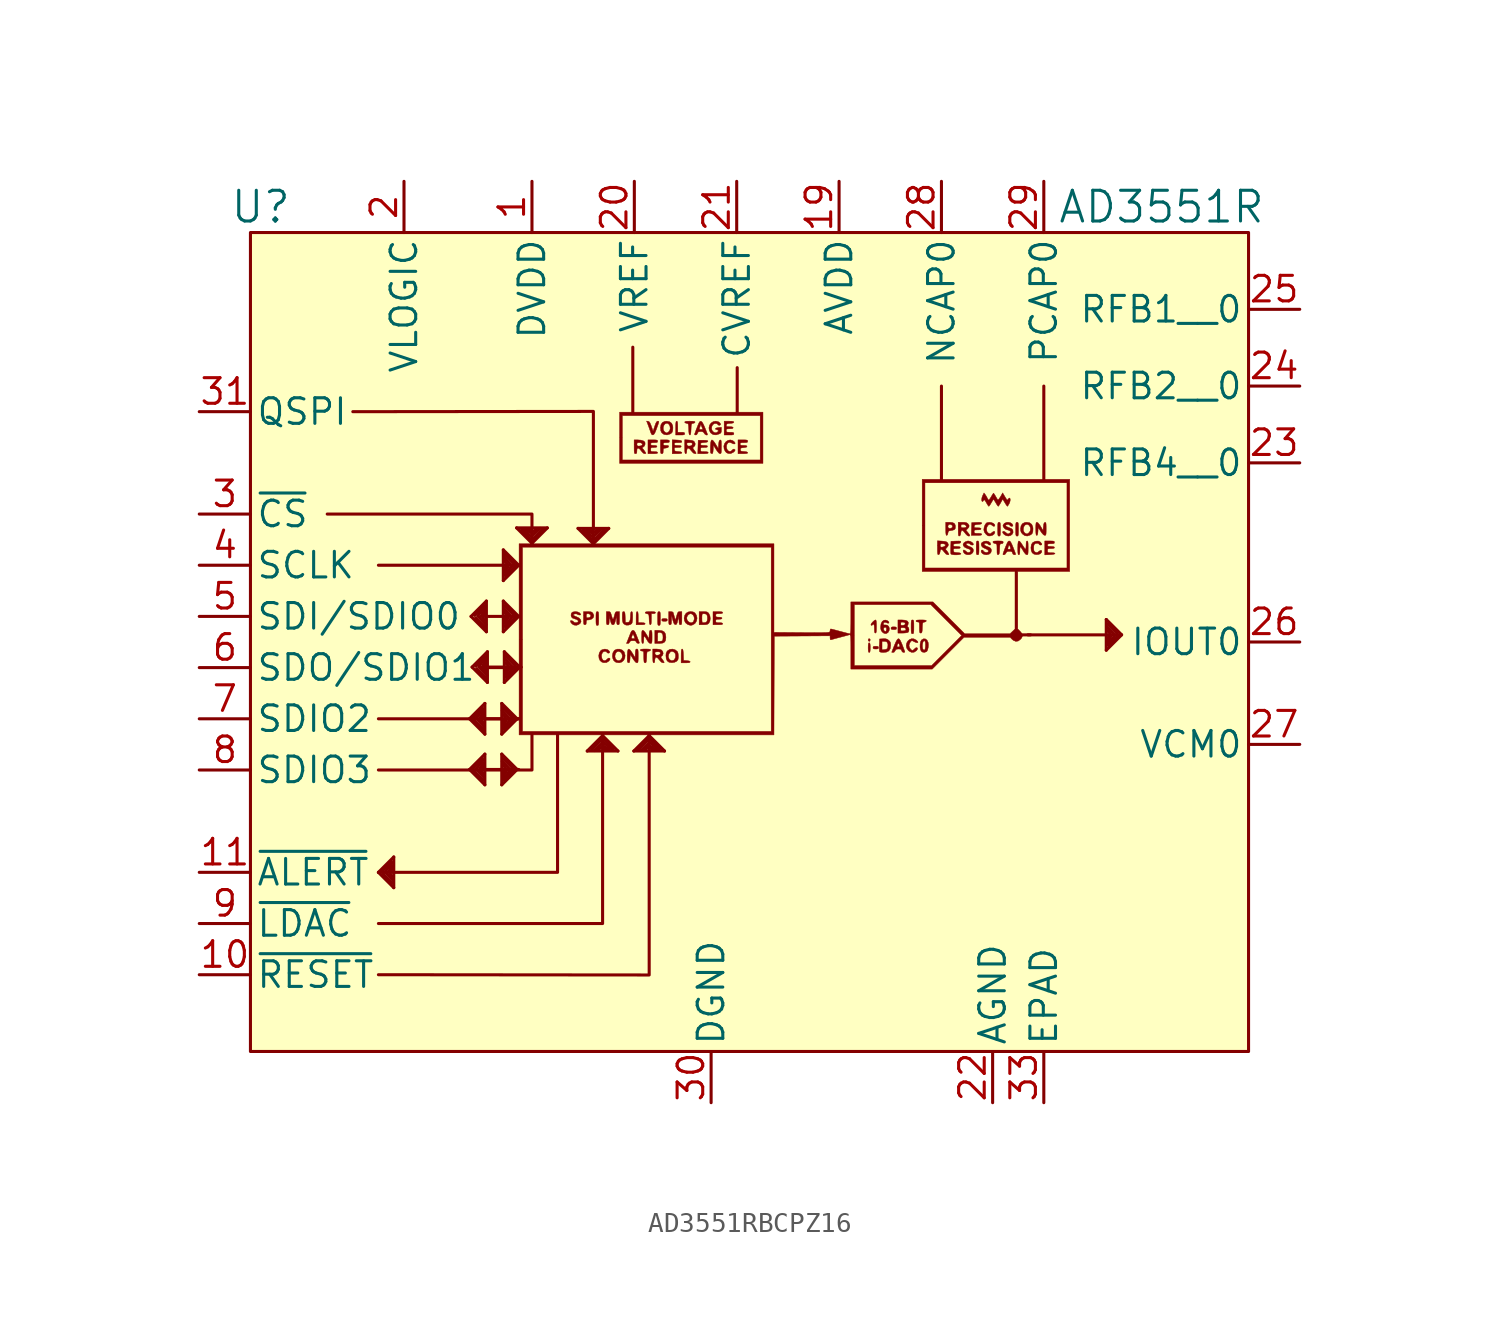
<source format=kicad_sym>
(kicad_symbol_lib
  (version 20241209)
  (generator "kicad_symbol_editor")
  (generator_version "9.0")
  (symbol "AD3551RBCPZ16"
    (pin_names
      (offset 0.254))
    (property "Reference" "U"
      (at 0.508 1.27 0)
      (effects (font (size 1.524 1.524))))
    (property "Value" "AD3551R"
      (at 45.212 1.27 0)
      (effects (font (size 1.524 1.524))))
    (symbol "AD3551RBCPZ16_0_0"
      (polyline (pts (xy 16.283 -19.455) (xy 16.367 -19.392) (xy 16.407 -19.306) (xy 16.388 -19.216) (xy 16.313 -19.133) (xy 16.184 -19.069) (xy 16.116 -19.043) (xy 16.043 -19.003) (xy 16.021 -18.971) (xy 16.032 -18.954) (xy 16.091 -18.925) (xy 16.168 -18.921) (xy 16.229 -18.946) (xy 16.244 -18.958) (xy 16.304 -18.979) (xy 16.363 -18.981) (xy 16.39 -18.96) (xy 16.386 -18.938) (xy 16.337 -18.875) (xy 16.246 -18.829) (xy 16.133 -18.811) (xy 16.107 -18.812) (xy 15.991 -18.832) (xy 15.927 -18.888) (xy 15.908 -18.986) (xy 15.923 -19.069) (xy 15.982 -19.132) (xy 16.098 -19.174) (xy 16.184 -19.201) (xy 16.257 -19.25) (xy 16.264 -19.312) (xy 16.222 -19.347) (xy 16.146 -19.36) (xy 16.07 -19.347) (xy 16.024 -19.309) (xy 16.006 -19.287) (xy 15.953 -19.262) (xy 15.899 -19.256) (xy 15.874 -19.277) (xy 15.894 -19.339) (xy 15.952 -19.414) (xy 16.022 -19.464) (xy 16.066 -19.48) (xy 16.174 -19.492) (xy 16.283 -19.455)) (stroke (width 0.01) (type default)) (fill (type outline)))
      (polyline (pts (xy 16.627 -19.46) (xy 16.657 -19.427) (xy 16.665 -19.344) (xy 16.665 -19.335) (xy 16.671 -19.259) (xy 16.704 -19.229) (xy 16.785 -19.224) (xy 16.822 -19.221) (xy 16.931 -19.183) (xy 17.012 -19.113) (xy 17.043 -19.025) (xy 17.03 -18.968) (xy 16.989 -18.887) (xy 16.973 -18.867) (xy 16.926 -18.832) (xy 16.853 -18.815) (xy 16.731 -18.811) (xy 16.527 -18.811) (xy 16.527 -19.017) (xy 16.665 -19.017) (xy 16.666 -18.976) (xy 16.688 -18.926) (xy 16.746 -18.914) (xy 16.779 -18.917) (xy 16.855 -18.949) (xy 16.89 -19.005) (xy 16.871 -19.069) (xy 16.828 -19.1) (xy 16.746 -19.12) (xy 16.713 -19.118) (xy 16.674 -19.091) (xy 16.665 -19.017) (xy 16.527 -19.017) (xy 16.527 -19.138) (xy 16.528 -19.283) (xy 16.533 -19.381) (xy 16.544 -19.436) (xy 16.564 -19.459) (xy 16.596 -19.464) (xy 16.627 -19.46)) (stroke (width 0.01) (type default)) (fill (type outline)))
      (polyline (pts (xy 17.248 -19.493) (xy 17.267 -19.468) (xy 17.278 -19.411) (xy 17.282 -19.311) (xy 17.283 -19.155) (xy 17.283 -19.136) (xy 17.282 -18.986) (xy 17.277 -18.891) (xy 17.266 -18.838) (xy 17.246 -18.816) (xy 17.214 -18.811) (xy 17.211 -18.811) (xy 17.181 -18.817) (xy 17.162 -18.842) (xy 17.151 -18.898) (xy 17.147 -18.998) (xy 17.146 -19.155) (xy 17.146 -19.173) (xy 17.147 -19.323) (xy 17.152 -19.419) (xy 17.163 -19.471) (xy 17.183 -19.494) (xy 17.214 -19.498) (xy 17.218 -19.498) (xy 17.248 -19.493)) (stroke (width 0.01) (type default)) (fill (type outline)))
      (polyline (pts (xy 17.67 -21.339) (xy 17.785 -21.268) (xy 17.792 -21.261) (xy 17.843 -21.187) (xy 17.841 -21.134) (xy 17.787 -21.114) (xy 17.745 -21.131) (xy 17.686 -21.183) (xy 17.645 -21.221) (xy 17.564 -21.247) (xy 17.492 -21.216) (xy 17.441 -21.136) (xy 17.421 -21.014) (xy 17.426 -20.949) (xy 17.467 -20.848) (xy 17.537 -20.789) (xy 17.624 -20.787) (xy 17.667 -20.807) (xy 17.696 -20.841) (xy 17.709 -20.86) (xy 17.764 -20.873) (xy 17.79 -20.871) (xy 17.829 -20.838) (xy 17.817 -20.783) (xy 17.757 -20.721) (xy 17.721 -20.699) (xy 17.589 -20.669) (xy 17.443 -20.705) (xy 17.371 -20.758) (xy 17.31 -20.864) (xy 17.285 -20.993) (xy 17.297 -21.124) (xy 17.346 -21.238) (xy 17.433 -21.314) (xy 17.535 -21.347) (xy 17.67 -21.339)) (stroke (width 0.01) (type default)) (fill (type outline)))
      (polyline (pts (xy 18.276 -19.46) (xy 18.297 -19.438) (xy 18.308 -19.385) (xy 18.313 -19.289) (xy 18.314 -19.138) (xy 18.314 -18.811) (xy 18.212 -18.811) (xy 18.197 -18.811) (xy 18.137 -18.823) (xy 18.102 -18.865) (xy 18.074 -18.957) (xy 18.072 -18.963) (xy 18.035 -19.1) (xy 18.007 -19.173) (xy 17.983 -19.182) (xy 17.956 -19.132) (xy 17.924 -19.023) (xy 17.92 -19.012) (xy 17.886 -18.901) (xy 17.856 -18.841) (xy 17.819 -18.816) (xy 17.763 -18.811) (xy 17.661 -18.811) (xy 17.661 -19.138) (xy 17.662 -19.283) (xy 17.667 -19.381) (xy 17.678 -19.436) (xy 17.698 -19.459) (xy 17.73 -19.464) (xy 17.762 -19.459) (xy 17.786 -19.433) (xy 17.798 -19.368) (xy 17.803 -19.249) (xy 17.806 -19.035) (xy 17.86 -19.249) (xy 17.881 -19.327) (xy 17.911 -19.413) (xy 17.944 -19.454) (xy 17.988 -19.464) (xy 18.015 -19.461) (xy 18.052 -19.434) (xy 18.082 -19.368) (xy 18.115 -19.249) (xy 18.169 -19.035) (xy 18.173 -19.249) (xy 18.176 -19.35) (xy 18.186 -19.424) (xy 18.208 -19.457) (xy 18.245 -19.464) (xy 18.276 -19.46)) (stroke (width 0.01) (type default)) (fill (type outline)))
      (polyline (pts (xy 18.424 -21.315) (xy 18.519 -21.234) (xy 18.578 -21.119) (xy 18.592 -20.98) (xy 18.551 -20.827) (xy 18.538 -20.802) (xy 18.451 -20.72) (xy 18.331 -20.675) (xy 18.2 -20.673) (xy 18.083 -20.72) (xy 18.05 -20.748) (xy 17.987 -20.853) (xy 17.962 -20.983) (xy 17.966 -21.023) (xy 18.085 -21.023) (xy 18.11 -20.904) (xy 18.11 -20.903) (xy 18.175 -20.811) (xy 18.264 -20.783) (xy 18.367 -20.82) (xy 18.426 -20.889) (xy 18.454 -20.995) (xy 18.442 -21.106) (xy 18.389 -21.195) (xy 18.327 -21.235) (xy 18.237 -21.245) (xy 18.159 -21.205) (xy 18.105 -21.127) (xy 18.085 -21.023) (xy 17.966 -21.023) (xy 17.975 -21.116) (xy 18.024 -21.233) (xy 18.108 -21.31) (xy 18.164 -21.334) (xy 18.302 -21.352) (xy 18.424 -21.315)) (stroke (width 0.01) (type default)) (fill (type outline)))
      (polyline (pts (xy 18.774 -20.382) (xy 18.82 -20.323) (xy 18.837 -20.287) (xy 18.887 -20.262) (xy 18.985 -20.255) (xy 19.063 -20.258) (xy 19.123 -20.278) (xy 19.149 -20.323) (xy 19.172 -20.364) (xy 19.243 -20.392) (xy 19.288 -20.384) (xy 19.301 -20.349) (xy 19.296 -20.336) (xy 19.267 -20.265) (xy 19.224 -20.155) (xy 19.172 -20.023) (xy 19.168 -20.014) (xy 19.111 -19.877) (xy 19.066 -19.793) (xy 19.027 -19.751) (xy 18.986 -19.739) (xy 18.956 -19.744) (xy 18.905 -19.787) (xy 18.858 -19.885) (xy 18.837 -19.941) (xy 18.784 -20.077) (xy 18.763 -20.131) (xy 18.91 -20.131) (xy 18.918 -20.074) (xy 18.942 -20) (xy 18.973 -19.943) (xy 19.001 -19.949) (xy 19.031 -20.015) (xy 19.035 -20.027) (xy 19.06 -20.102) (xy 19.07 -20.14) (xy 19.048 -20.148) (xy 18.982 -20.152) (xy 18.948 -20.15) (xy 18.91 -20.131) (xy 18.763 -20.131) (xy 18.731 -20.212) (xy 18.659 -20.392) (xy 18.73 -20.392) (xy 18.774 -20.382)) (stroke (width 0.01) (type default)) (fill (type outline)))
      (polyline (pts (xy 18.854 -19.454) (xy 18.924 -19.406) (xy 18.946 -19.348) (xy 18.962 -19.233) (xy 18.967 -19.079) (xy 18.966 -18.966) (xy 18.958 -18.872) (xy 18.942 -18.824) (xy 18.916 -18.811) (xy 18.893 -18.819) (xy 18.869 -18.868) (xy 18.86 -18.974) (xy 18.857 -19.07) (xy 18.843 -19.206) (xy 18.817 -19.29) (xy 18.774 -19.332) (xy 18.709 -19.344) (xy 18.606 -19.344) (xy 18.596 -19.078) (xy 18.595 -19.033) (xy 18.587 -18.915) (xy 18.575 -18.848) (xy 18.553 -18.818) (xy 18.519 -18.811) (xy 18.504 -18.812) (xy 18.476 -18.825) (xy 18.46 -18.864) (xy 18.453 -18.945) (xy 18.452 -19.081) (xy 18.452 -19.139) (xy 18.462 -19.28) (xy 18.489 -19.372) (xy 18.541 -19.433) (xy 18.624 -19.475) (xy 18.65 -19.483) (xy 18.751 -19.483) (xy 18.854 -19.454)) (stroke (width 0.01) (type default)) (fill (type outline)))
      (polyline (pts (xy 19.207 -21.349) (xy 19.226 -21.324) (xy 19.237 -21.268) (xy 19.241 -21.168) (xy 19.242 -21.011) (xy 19.242 -21.001) (xy 19.241 -20.848) (xy 19.236 -20.75) (xy 19.225 -20.696) (xy 19.206 -20.672) (xy 19.175 -20.667) (xy 19.147 -20.671) (xy 19.121 -20.697) (xy 19.106 -20.762) (xy 19.098 -20.88) (xy 19.088 -21.093) (xy 18.956 -20.878) (xy 18.9 -20.792) (xy 18.825 -20.698) (xy 18.771 -20.669) (xy 18.734 -20.704) (xy 18.711 -20.805) (xy 18.7 -20.974) (xy 18.698 -21.018) (xy 18.697 -21.152) (xy 18.7 -21.255) (xy 18.707 -21.309) (xy 18.719 -21.328) (xy 18.776 -21.355) (xy 18.778 -21.355) (xy 18.808 -21.333) (xy 18.826 -21.266) (xy 18.837 -21.142) (xy 18.847 -20.929) (xy 18.978 -21.142) (xy 19.033 -21.226) (xy 19.114 -21.323) (xy 19.176 -21.355) (xy 19.177 -21.355) (xy 19.207 -21.349)) (stroke (width 0.01) (type default)) (fill (type outline)))
      (polyline (pts (xy 19.413 -19.464) (xy 19.518 -19.458) (xy 19.571 -19.442) (xy 19.586 -19.413) (xy 19.575 -19.386) (xy 19.522 -19.367) (xy 19.414 -19.361) (xy 19.242 -19.361) (xy 19.242 -19.086) (xy 19.241 -18.964) (xy 19.233 -18.871) (xy 19.217 -18.824) (xy 19.191 -18.811) (xy 19.183 -18.812) (xy 19.161 -18.831) (xy 19.148 -18.884) (xy 19.141 -18.982) (xy 19.139 -19.138) (xy 19.139 -19.464) (xy 19.363 -19.464) (xy 19.413 -19.464)) (stroke (width 0.01) (type default)) (fill (type outline)))
      (polyline (pts (xy 19.497 -20.375) (xy 19.513 -20.316) (xy 19.517 -20.201) (xy 19.52 -20.113) (xy 19.532 -20.048) (xy 19.56 -20.044) (xy 19.608 -20.102) (xy 19.679 -20.221) (xy 19.73 -20.304) (xy 19.792 -20.372) (xy 19.852 -20.392) (xy 19.859 -20.392) (xy 19.893 -20.387) (xy 19.913 -20.365) (xy 19.924 -20.312) (xy 19.929 -20.217) (xy 19.93 -20.066) (xy 19.929 -19.926) (xy 19.924 -19.825) (xy 19.913 -19.769) (xy 19.894 -19.744) (xy 19.863 -19.739) (xy 19.835 -19.743) (xy 19.809 -19.768) (xy 19.794 -19.832) (xy 19.785 -19.949) (xy 19.775 -20.159) (xy 19.655 -19.949) (xy 19.597 -19.857) (xy 19.527 -19.77) (xy 19.474 -19.739) (xy 19.454 -19.742) (xy 19.433 -19.764) (xy 19.421 -19.816) (xy 19.416 -19.913) (xy 19.414 -20.066) (xy 19.414 -20.113) (xy 19.417 -20.252) (xy 19.426 -20.338) (xy 19.441 -20.381) (xy 19.466 -20.392) (xy 19.466 -20.392) (xy 19.497 -20.375)) (stroke (width 0.01) (type default)) (fill (type outline)))
      (polyline (pts (xy 19.595 -10.973) (xy 19.624 -10.956) (xy 19.62 -10.942) (xy 19.586 -10.884) (xy 19.534 -10.808) (xy 19.48 -10.737) (xy 19.441 -10.697) (xy 19.437 -10.677) (xy 19.482 -10.651) (xy 19.488 -10.649) (xy 19.551 -10.592) (xy 19.585 -10.502) (xy 19.577 -10.409) (xy 19.571 -10.396) (xy 19.501 -10.339) (xy 19.377 -10.302) (xy 19.209 -10.289) (xy 19.04 -10.289) (xy 19.04 -10.512) (xy 19.177 -10.512) (xy 19.183 -10.461) (xy 19.216 -10.433) (xy 19.298 -10.426) (xy 19.368 -10.435) (xy 19.432 -10.47) (xy 19.451 -10.519) (xy 19.414 -10.567) (xy 19.36 -10.587) (xy 19.271 -10.598) (xy 19.24 -10.597) (xy 19.189 -10.575) (xy 19.177 -10.512) (xy 19.04 -10.512) (xy 19.04 -10.633) (xy 19.04 -10.651) (xy 19.041 -10.801) (xy 19.046 -10.896) (xy 19.057 -10.949) (xy 19.077 -10.972) (xy 19.108 -10.976) (xy 19.148 -10.969) (xy 19.171 -10.929) (xy 19.177 -10.839) (xy 19.18 -10.766) (xy 19.199 -10.715) (xy 19.241 -10.701) (xy 19.262 -10.706) (xy 19.327 -10.753) (xy 19.396 -10.839) (xy 19.415 -10.865) (xy 19.49 -10.946) (xy 19.555 -10.976) (xy 19.595 -10.973)) (stroke (width 0.01) (type default)) (fill (type outline)))
      (polyline (pts (xy 19.616 -21.353) (xy 19.638 -21.315) (xy 19.653 -21.224) (xy 19.662 -21.071) (xy 19.667 -20.94) (xy 19.675 -20.852) (xy 19.691 -20.805) (xy 19.72 -20.785) (xy 19.766 -20.777) (xy 19.831 -20.757) (xy 19.861 -20.716) (xy 19.857 -20.701) (xy 19.821 -20.68) (xy 19.741 -20.67) (xy 19.603 -20.667) (xy 19.504 -20.668) (xy 19.408 -20.676) (xy 19.359 -20.692) (xy 19.345 -20.719) (xy 19.362 -20.752) (xy 19.431 -20.77) (xy 19.466 -20.772) (xy 19.495 -20.785) (xy 19.51 -20.825) (xy 19.516 -20.905) (xy 19.517 -21.04) (xy 19.517 -21.07) (xy 19.521 -21.195) (xy 19.529 -21.289) (xy 19.54 -21.332) (xy 19.55 -21.339) (xy 19.608 -21.355) (xy 19.616 -21.353)) (stroke (width 0.01) (type default)) (fill (type outline)))
      (polyline (pts (xy 19.866 -19.456) (xy 19.884 -19.416) (xy 19.893 -19.331) (xy 19.895 -19.189) (xy 19.895 -18.914) (xy 19.998 -18.914) (xy 20.071 -18.904) (xy 20.102 -18.863) (xy 20.096 -18.843) (xy 20.06 -18.824) (xy 19.98 -18.814) (xy 19.844 -18.811) (xy 19.76 -18.812) (xy 19.656 -18.819) (xy 19.602 -18.834) (xy 19.586 -18.86) (xy 19.61 -18.897) (xy 19.68 -18.921) (xy 19.718 -18.926) (xy 19.751 -18.943) (xy 19.77 -18.984) (xy 19.779 -19.064) (xy 19.785 -19.198) (xy 19.789 -19.285) (xy 19.8 -19.392) (xy 19.818 -19.448) (xy 19.845 -19.464) (xy 19.866 -19.456)) (stroke (width 0.01) (type default)) (fill (type outline)))
      (polyline (pts (xy 19.992 -10.037) (xy 20.036 -9.998) (xy 20.083 -9.914) (xy 20.139 -9.773) (xy 20.157 -9.724) (xy 20.213 -9.57) (xy 20.248 -9.467) (xy 20.263 -9.405) (xy 20.262 -9.373) (xy 20.244 -9.362) (xy 20.213 -9.361) (xy 20.188 -9.366) (xy 20.15 -9.399) (xy 20.11 -9.476) (xy 20.063 -9.608) (xy 19.98 -9.855) (xy 19.897 -9.617) (xy 19.867 -9.537) (xy 19.823 -9.439) (xy 19.782 -9.386) (xy 19.735 -9.367) (xy 19.657 -9.356) (xy 19.722 -9.522) (xy 19.743 -9.578) (xy 19.797 -9.727) (xy 19.846 -9.87) (xy 19.856 -9.9) (xy 19.894 -9.993) (xy 19.93 -10.036) (xy 19.975 -10.042) (xy 19.992 -10.037)) (stroke (width 0.01) (type default)) (fill (type outline)))
      (polyline (pts (xy 20.03 -21.352) (xy 20.059 -21.313) (xy 20.067 -21.217) (xy 20.069 -21.182) (xy 20.092 -21.099) (xy 20.141 -21.077) (xy 20.211 -21.116) (xy 20.297 -21.216) (xy 20.389 -21.319) (xy 20.473 -21.354) (xy 20.485 -21.354) (xy 20.524 -21.347) (xy 20.529 -21.321) (xy 20.498 -21.263) (xy 20.426 -21.163) (xy 20.408 -21.138) (xy 20.371 -21.08) (xy 20.374 -21.047) (xy 20.414 -21.017) (xy 20.453 -20.979) (xy 20.48 -20.891) (xy 20.463 -20.796) (xy 20.403 -20.721) (xy 20.385 -20.71) (xy 20.282 -20.679) (xy 20.145 -20.667) (xy 19.964 -20.667) (xy 19.964 -20.868) (xy 20.067 -20.868) (xy 20.074 -20.835) (xy 20.114 -20.811) (xy 20.205 -20.805) (xy 20.279 -20.808) (xy 20.329 -20.827) (xy 20.342 -20.87) (xy 20.334 -20.908) (xy 20.288 -20.956) (xy 20.272 -20.961) (xy 20.163 -20.979) (xy 20.093 -20.947) (xy 20.067 -20.868) (xy 19.964 -20.868) (xy 19.964 -21.011) (xy 19.964 -21.082) (xy 19.968 -21.218) (xy 19.976 -21.302) (xy 19.992 -21.343) (xy 20.016 -21.355) (xy 20.03 -21.352)) (stroke (width 0.01) (type default)) (fill (type outline)))
      (polyline (pts (xy 20.043 -10.976) (xy 20.143 -10.969) (xy 20.194 -10.953) (xy 20.208 -10.925) (xy 20.197 -10.898) (xy 20.144 -10.879) (xy 20.036 -10.873) (xy 19.951 -10.872) (xy 19.891 -10.862) (xy 19.868 -10.831) (xy 19.864 -10.77) (xy 19.865 -10.731) (xy 19.879 -10.687) (xy 19.924 -10.67) (xy 20.019 -10.667) (xy 20.085 -10.665) (xy 20.154 -10.649) (xy 20.174 -10.615) (xy 20.167 -10.594) (xy 20.121 -10.571) (xy 20.019 -10.564) (xy 20.008 -10.564) (xy 19.916 -10.558) (xy 19.875 -10.538) (xy 19.864 -10.495) (xy 19.865 -10.479) (xy 19.882 -10.445) (xy 19.933 -10.43) (xy 20.036 -10.426) (xy 20.076 -10.426) (xy 20.161 -10.419) (xy 20.199 -10.399) (xy 20.208 -10.358) (xy 20.208 -10.352) (xy 20.2 -10.318) (xy 20.166 -10.299) (xy 20.094 -10.291) (xy 19.968 -10.289) (xy 19.727 -10.289) (xy 19.727 -10.633) (xy 19.727 -10.976) (xy 19.968 -10.976) (xy 20.043 -10.976)) (stroke (width 0.01) (type default)) (fill (type outline)))
      (polyline (pts (xy 20.307 -19.493) (xy 20.326 -19.468) (xy 20.337 -19.411) (xy 20.341 -19.311) (xy 20.342 -19.155) (xy 20.342 -19.136) (xy 20.341 -18.986) (xy 20.336 -18.891) (xy 20.325 -18.838) (xy 20.305 -18.816) (xy 20.273 -18.811) (xy 20.27 -18.811) (xy 20.24 -18.817) (xy 20.221 -18.842) (xy 20.21 -18.898) (xy 20.206 -18.998) (xy 20.205 -19.155) (xy 20.205 -19.173) (xy 20.206 -19.323) (xy 20.211 -19.419) (xy 20.222 -19.471) (xy 20.242 -19.494) (xy 20.273 -19.498) (xy 20.277 -19.498) (xy 20.307 -19.493)) (stroke (width 0.01) (type default)) (fill (type outline)))
      (polyline (pts (xy 20.322 -20.391) (xy 20.465 -20.372) (xy 20.556 -20.319) (xy 20.604 -20.226) (xy 20.617 -20.081) (xy 20.617 -20.074) (xy 20.596 -19.919) (xy 20.533 -19.816) (xy 20.422 -19.757) (xy 20.258 -19.739) (xy 20.067 -19.739) (xy 20.067 -20.066) (xy 20.067 -20.068) (xy 20.205 -20.068) (xy 20.205 -20.042) (xy 20.207 -19.931) (xy 20.218 -19.872) (xy 20.241 -19.847) (xy 20.284 -19.842) (xy 20.332 -19.845) (xy 20.421 -19.882) (xy 20.466 -19.965) (xy 20.473 -20.101) (xy 20.466 -20.191) (xy 20.45 -20.249) (xy 20.41 -20.273) (xy 20.334 -20.283) (xy 20.205 -20.293) (xy 20.205 -20.068) (xy 20.067 -20.068) (xy 20.067 -20.392) (xy 20.273 -20.392) (xy 20.322 -20.391)) (stroke (width 0.01) (type default)) (fill (type outline)))
      (polyline (pts (xy 20.453 -10.969) (xy 20.477 -10.93) (xy 20.483 -10.841) (xy 20.483 -10.805) (xy 20.492 -10.736) (xy 20.529 -10.706) (xy 20.612 -10.695) (xy 20.622 -10.694) (xy 20.715 -10.671) (xy 20.752 -10.624) (xy 20.75 -10.59) (xy 20.713 -10.569) (xy 20.623 -10.564) (xy 20.54 -10.56) (xy 20.494 -10.54) (xy 20.483 -10.495) (xy 20.483 -10.49) (xy 20.495 -10.45) (xy 20.541 -10.431) (xy 20.638 -10.426) (xy 20.649 -10.426) (xy 20.74 -10.421) (xy 20.782 -10.401) (xy 20.792 -10.358) (xy 20.786 -10.322) (xy 20.757 -10.301) (xy 20.69 -10.291) (xy 20.569 -10.289) (xy 20.346 -10.289) (xy 20.346 -10.633) (xy 20.346 -10.651) (xy 20.347 -10.801) (xy 20.352 -10.896) (xy 20.363 -10.949) (xy 20.383 -10.972) (xy 20.414 -10.976) (xy 20.453 -10.969)) (stroke (width 0.01) (type default)) (fill (type outline)))
      (polyline (pts (xy 20.628 -19.288) (xy 20.674 -19.269) (xy 20.686 -19.224) (xy 20.678 -19.184) (xy 20.638 -19.161) (xy 20.548 -19.155) (xy 20.469 -19.159) (xy 20.422 -19.179) (xy 20.411 -19.224) (xy 20.419 -19.263) (xy 20.458 -19.287) (xy 20.548 -19.292) (xy 20.628 -19.288)) (stroke (width 0.01) (type default)) (fill (type outline)))
      (polyline (pts (xy 20.824 -9.998) (xy 20.877 -9.966) (xy 20.931 -9.907) (xy 20.957 -9.819) (xy 20.964 -9.683) (xy 20.956 -9.592) (xy 20.902 -9.466) (xy 20.801 -9.388) (xy 20.655 -9.361) (xy 20.558 -9.371) (xy 20.441 -9.429) (xy 20.37 -9.537) (xy 20.35 -9.669) (xy 20.484 -9.669) (xy 20.516 -9.569) (xy 20.577 -9.493) (xy 20.664 -9.464) (xy 20.703 -9.471) (xy 20.773 -9.523) (xy 20.816 -9.612) (xy 20.83 -9.717) (xy 20.809 -9.817) (xy 20.75 -9.892) (xy 20.694 -9.928) (xy 20.655 -9.945) (xy 20.622 -9.931) (xy 20.559 -9.892) (xy 20.529 -9.863) (xy 20.486 -9.774) (xy 20.484 -9.669) (xy 20.35 -9.669) (xy 20.347 -9.694) (xy 20.347 -9.696) (xy 20.361 -9.838) (xy 20.409 -9.935) (xy 20.5 -10.007) (xy 20.538 -10.025) (xy 20.676 -10.044) (xy 20.824 -9.998)) (stroke (width 0.01) (type default)) (fill (type outline)))
      (polyline (pts (xy 20.86 -19.457) (xy 20.881 -19.426) (xy 20.892 -19.356) (xy 20.895 -19.232) (xy 20.899 -19) (xy 20.957 -19.224) (xy 20.968 -19.265) (xy 21.005 -19.376) (xy 21.041 -19.435) (xy 21.085 -19.457) (xy 21.114 -19.457) (xy 21.147 -19.433) (xy 21.176 -19.369) (xy 21.208 -19.251) (xy 21.262 -19.035) (xy 21.266 -19.249) (xy 21.27 -19.35) (xy 21.28 -19.424) (xy 21.301 -19.457) (xy 21.339 -19.464) (xy 21.37 -19.46) (xy 21.39 -19.438) (xy 21.402 -19.385) (xy 21.407 -19.289) (xy 21.408 -19.138) (xy 21.408 -18.811) (xy 21.309 -18.811) (xy 21.305 -18.811) (xy 21.251 -18.817) (xy 21.215 -18.845) (xy 21.184 -18.91) (xy 21.149 -19.026) (xy 21.087 -19.241) (xy 21.039 -19.069) (xy 21.021 -19.006) (xy 20.994 -18.91) (xy 20.977 -18.854) (xy 20.937 -18.824) (xy 20.859 -18.811) (xy 20.755 -18.811) (xy 20.755 -19.138) (xy 20.756 -19.283) (xy 20.76 -19.381) (xy 20.771 -19.436) (xy 20.791 -19.459) (xy 20.823 -19.464) (xy 20.824 -19.464) (xy 20.86 -19.457)) (stroke (width 0.01) (type default)) (fill (type outline)))
      (polyline (pts (xy 21.044 -21.327) (xy 21.151 -21.276) (xy 21.214 -21.198) (xy 21.216 -21.193) (xy 21.233 -21.099) (xy 21.233 -20.982) (xy 21.219 -20.873) (xy 21.192 -20.802) (xy 21.184 -20.792) (xy 21.075 -20.706) (xy 20.945 -20.67) (xy 20.813 -20.684) (xy 20.701 -20.752) (xy 20.669 -20.788) (xy 20.628 -20.874) (xy 20.617 -20.994) (xy 20.622 -21.043) (xy 20.734 -21.043) (xy 20.761 -20.92) (xy 20.769 -20.904) (xy 20.839 -20.81) (xy 20.917 -20.781) (xy 21.009 -20.816) (xy 21.04 -20.839) (xy 21.086 -20.905) (xy 21.098 -21.006) (xy 21.085 -21.106) (xy 21.035 -21.195) (xy 20.99 -21.228) (xy 20.897 -21.247) (xy 20.811 -21.2) (xy 20.775 -21.157) (xy 20.734 -21.043) (xy 20.622 -21.043) (xy 20.631 -21.147) (xy 20.68 -21.257) (xy 20.765 -21.32) (xy 20.787 -21.328) (xy 20.916 -21.346) (xy 21.044 -21.327)) (stroke (width 0.01) (type default)) (fill (type outline)))
      (polyline (pts (xy 21.234 -10.976) (xy 21.34 -10.969) (xy 21.395 -10.954) (xy 21.411 -10.927) (xy 21.402 -10.904) (xy 21.346 -10.88) (xy 21.231 -10.866) (xy 21.152 -10.861) (xy 21.083 -10.847) (xy 21.051 -10.817) (xy 21.039 -10.761) (xy 21.036 -10.714) (xy 21.05 -10.682) (xy 21.1 -10.669) (xy 21.203 -10.667) (xy 21.295 -10.664) (xy 21.358 -10.648) (xy 21.377 -10.615) (xy 21.366 -10.588) (xy 21.313 -10.569) (xy 21.205 -10.564) (xy 21.165 -10.564) (xy 21.081 -10.557) (xy 21.042 -10.536) (xy 21.033 -10.495) (xy 21.035 -10.47) (xy 21.057 -10.442) (xy 21.114 -10.429) (xy 21.225 -10.426) (xy 21.284 -10.426) (xy 21.366 -10.419) (xy 21.402 -10.401) (xy 21.405 -10.366) (xy 21.398 -10.346) (xy 21.363 -10.32) (xy 21.29 -10.305) (xy 21.162 -10.296) (xy 20.93 -10.286) (xy 20.93 -10.631) (xy 20.93 -10.976) (xy 21.171 -10.976) (xy 21.234 -10.976)) (stroke (width 0.01) (type default)) (fill (type outline)))
      (polyline (pts (xy 21.44 -10.046) (xy 21.511 -10.037) (xy 21.542 -10.017) (xy 21.549 -9.98) (xy 21.548 -9.964) (xy 21.531 -9.93) (xy 21.48 -9.914) (xy 21.377 -9.911) (xy 21.205 -9.911) (xy 21.205 -9.636) (xy 21.203 -9.514) (xy 21.196 -9.421) (xy 21.18 -9.374) (xy 21.153 -9.361) (xy 21.143 -9.363) (xy 21.122 -9.385) (xy 21.11 -9.441) (xy 21.103 -9.544) (xy 21.102 -9.705) (xy 21.102 -10.048) (xy 21.325 -10.048) (xy 21.44 -10.046)) (stroke (width 0.01) (type default)) (fill (type outline)))
      (polyline (pts (xy 21.615 -10.974) (xy 21.643 -10.934) (xy 21.652 -10.839) (xy 21.653 -10.804) (xy 21.676 -10.721) (xy 21.726 -10.699) (xy 21.796 -10.738) (xy 21.881 -10.838) (xy 21.974 -10.941) (xy 22.058 -10.976) (xy 22.07 -10.976) (xy 22.109 -10.969) (xy 22.114 -10.942) (xy 22.082 -10.885) (xy 22.011 -10.785) (xy 21.999 -10.769) (xy 21.958 -10.706) (xy 21.957 -10.671) (xy 21.994 -10.642) (xy 22.055 -10.578) (xy 22.073 -10.483) (xy 22.032 -10.386) (xy 21.977 -10.339) (xy 21.893 -10.312) (xy 21.76 -10.296) (xy 21.549 -10.281) (xy 21.549 -10.489) (xy 21.652 -10.489) (xy 21.658 -10.457) (xy 21.698 -10.433) (xy 21.789 -10.426) (xy 21.863 -10.43) (xy 21.914 -10.449) (xy 21.927 -10.491) (xy 21.918 -10.53) (xy 21.872 -10.577) (xy 21.857 -10.583) (xy 21.748 -10.6) (xy 21.677 -10.568) (xy 21.652 -10.489) (xy 21.549 -10.489) (xy 21.549 -10.629) (xy 21.549 -10.706) (xy 21.552 -10.841) (xy 21.561 -10.924) (xy 21.576 -10.965) (xy 21.6 -10.976) (xy 21.615 -10.974)) (stroke (width 0.01) (type default)) (fill (type outline)))
      (polyline (pts (xy 21.634 -21.354) (xy 21.745 -21.349) (xy 21.803 -21.333) (xy 21.82 -21.305) (xy 21.816 -21.288) (xy 21.767 -21.26) (xy 21.657 -21.245) (xy 21.494 -21.234) (xy 21.484 -20.951) (xy 21.478 -20.839) (xy 21.467 -20.736) (xy 21.45 -20.683) (xy 21.423 -20.667) (xy 21.415 -20.668) (xy 21.394 -20.689) (xy 21.382 -20.746) (xy 21.375 -20.85) (xy 21.373 -21.011) (xy 21.373 -21.355) (xy 21.597 -21.355) (xy 21.634 -21.354)) (stroke (width 0.01) (type default)) (fill (type outline)))
      (polyline (pts (xy 21.824 -10.042) (xy 21.844 -10.001) (xy 21.857 -9.912) (xy 21.865 -9.765) (xy 21.87 -9.633) (xy 21.879 -9.546) (xy 21.895 -9.499) (xy 21.923 -9.478) (xy 21.97 -9.47) (xy 22.034 -9.45) (xy 22.064 -9.41) (xy 22.06 -9.394) (xy 22.024 -9.374) (xy 21.944 -9.364) (xy 21.806 -9.361) (xy 21.723 -9.362) (xy 21.618 -9.368) (xy 21.564 -9.384) (xy 21.549 -9.41) (xy 21.572 -9.446) (xy 21.643 -9.47) (xy 21.687 -9.477) (xy 21.717 -9.496) (xy 21.733 -9.541) (xy 21.742 -9.626) (xy 21.748 -9.765) (xy 21.752 -9.865) (xy 21.763 -9.974) (xy 21.78 -10.031) (xy 21.806 -10.048) (xy 21.824 -10.042)) (stroke (width 0.01) (type default)) (fill (type outline)))
      (polyline (pts (xy 21.914 -19.483) (xy 22.016 -19.431) (xy 22.074 -19.384) (xy 22.141 -19.269) (xy 22.163 -19.134) (xy 22.136 -18.997) (xy 22.06 -18.879) (xy 21.969 -18.826) (xy 21.844 -18.808) (xy 21.718 -18.83) (xy 21.62 -18.89) (xy 21.555 -18.987) (xy 21.52 -19.121) (xy 21.522 -19.138) (xy 21.648 -19.138) (xy 21.649 -19.118) (xy 21.683 -19.02) (xy 21.752 -18.945) (xy 21.834 -18.914) (xy 21.878 -18.92) (xy 21.961 -18.972) (xy 22.013 -19.064) (xy 22.025 -19.177) (xy 21.991 -19.295) (xy 21.973 -19.32) (xy 21.903 -19.362) (xy 21.817 -19.356) (xy 21.735 -19.312) (xy 21.673 -19.236) (xy 21.648 -19.138) (xy 21.522 -19.138) (xy 21.534 -19.256) (xy 21.594 -19.371) (xy 21.697 -19.45) (xy 21.721 -19.46) (xy 21.826 -19.492) (xy 21.914 -19.483)) (stroke (width 0.01) (type default)) (fill (type outline)))
      (polyline (pts (xy 22.499 -19.464) (xy 22.616 -19.457) (xy 22.691 -19.434) (xy 22.747 -19.389) (xy 22.747 -19.389) (xy 22.801 -19.286) (xy 22.819 -19.153) (xy 22.8 -19.015) (xy 22.746 -18.902) (xy 22.717 -18.868) (xy 22.665 -18.831) (xy 22.591 -18.815) (xy 22.471 -18.811) (xy 22.267 -18.811) (xy 22.267 -19.138) (xy 22.404 -19.138) (xy 22.404 -19.084) (xy 22.408 -18.987) (xy 22.42 -18.936) (xy 22.449 -18.917) (xy 22.501 -18.914) (xy 22.575 -18.925) (xy 22.638 -18.956) (xy 22.648 -18.969) (xy 22.672 -19.048) (xy 22.678 -19.153) (xy 22.667 -19.254) (xy 22.638 -19.32) (xy 22.587 -19.347) (xy 22.501 -19.361) (xy 22.478 -19.361) (xy 22.436 -19.354) (xy 22.414 -19.325) (xy 22.406 -19.258) (xy 22.404 -19.138) (xy 22.267 -19.138) (xy 22.267 -19.464) (xy 22.472 -19.464) (xy 22.499 -19.464)) (stroke (width 0.01) (type default)) (fill (type outline)))
      (polyline (pts (xy 22.559 -10.975) (xy 22.655 -10.968) (xy 22.704 -10.952) (xy 22.717 -10.925) (xy 22.701 -10.894) (xy 22.642 -10.878) (xy 22.528 -10.873) (xy 22.525 -10.873) (xy 22.418 -10.871) (xy 22.363 -10.86) (xy 22.342 -10.829) (xy 22.339 -10.77) (xy 22.341 -10.719) (xy 22.358 -10.683) (xy 22.409 -10.669) (xy 22.511 -10.667) (xy 22.601 -10.664) (xy 22.664 -10.648) (xy 22.683 -10.615) (xy 22.672 -10.588) (xy 22.619 -10.569) (xy 22.511 -10.564) (xy 22.476 -10.564) (xy 22.389 -10.557) (xy 22.349 -10.537) (xy 22.339 -10.497) (xy 22.34 -10.483) (xy 22.358 -10.448) (xy 22.412 -10.43) (xy 22.52 -10.42) (xy 22.609 -10.411) (xy 22.679 -10.391) (xy 22.7 -10.358) (xy 22.697 -10.341) (xy 22.665 -10.32) (xy 22.59 -10.309) (xy 22.459 -10.306) (xy 22.219 -10.306) (xy 22.209 -10.641) (xy 22.199 -10.976) (xy 22.458 -10.976) (xy 22.559 -10.975)) (stroke (width 0.01) (type default)) (fill (type outline)))
      (polyline (pts (xy 22.682 -10.023) (xy 22.677 -10.005) (xy 22.651 -9.933) (xy 22.607 -9.822) (xy 22.552 -9.687) (xy 22.495 -9.555) (xy 22.44 -9.448) (xy 22.395 -9.389) (xy 22.353 -9.368) (xy 22.347 -9.367) (xy 22.32 -9.37) (xy 22.294 -9.388) (xy 22.265 -9.431) (xy 22.229 -9.506) (xy 22.182 -9.621) (xy 22.128 -9.762) (xy 22.278 -9.762) (xy 22.28 -9.723) (xy 22.309 -9.637) (xy 22.349 -9.524) (xy 22.395 -9.636) (xy 22.401 -9.649) (xy 22.43 -9.723) (xy 22.442 -9.76) (xy 22.421 -9.769) (xy 22.356 -9.773) (xy 22.309 -9.773) (xy 22.278 -9.762) (xy 22.128 -9.762) (xy 22.119 -9.785) (xy 22.038 -10.005) (xy 22.042 -10.032) (xy 22.094 -10.048) (xy 22.145 -10.034) (xy 22.188 -9.962) (xy 22.207 -9.912) (xy 22.253 -9.883) (xy 22.344 -9.877) (xy 22.411 -9.88) (xy 22.477 -9.904) (xy 22.517 -9.962) (xy 22.555 -10.011) (xy 22.612 -10.045) (xy 22.661 -10.052) (xy 22.682 -10.023)) (stroke (width 0.01) (type default)) (fill (type outline)))
      (polyline (pts (xy 23.251 -9.998) (xy 23.264 -9.993) (xy 23.334 -9.954) (xy 23.364 -9.901) (xy 23.37 -9.807) (xy 23.37 -9.666) (xy 23.227 -9.677) (xy 23.208 -9.679) (xy 23.12 -9.698) (xy 23.073 -9.728) (xy 23.074 -9.758) (xy 23.134 -9.779) (xy 23.151 -9.783) (xy 23.214 -9.816) (xy 23.214 -9.866) (xy 23.151 -9.915) (xy 23.129 -9.925) (xy 23.055 -9.935) (xy 22.976 -9.898) (xy 22.976 -9.897) (xy 22.907 -9.82) (xy 22.883 -9.723) (xy 22.897 -9.622) (xy 22.943 -9.536) (xy 23.016 -9.482) (xy 23.111 -9.478) (xy 23.169 -9.501) (xy 23.198 -9.533) (xy 23.211 -9.553) (xy 23.267 -9.567) (xy 23.293 -9.564) (xy 23.332 -9.532) (xy 23.32 -9.476) (xy 23.259 -9.414) (xy 23.221 -9.391) (xy 23.094 -9.36) (xy 22.967 -9.383) (xy 22.858 -9.453) (xy 22.781 -9.559) (xy 22.752 -9.694) (xy 22.769 -9.816) (xy 22.833 -9.938) (xy 22.936 -10.014) (xy 23.009 -10.037) (xy 23.119 -10.04) (xy 23.251 -9.998)) (stroke (width 0.01) (type default)) (fill (type outline)))
      (polyline (pts (xy 23.27 -19.463) (xy 23.37 -19.457) (xy 23.421 -19.441) (xy 23.436 -19.413) (xy 23.424 -19.386) (xy 23.372 -19.367) (xy 23.264 -19.361) (xy 23.195 -19.36) (xy 23.126 -19.352) (xy 23.097 -19.326) (xy 23.092 -19.275) (xy 23.092 -19.252) (xy 23.106 -19.21) (xy 23.151 -19.193) (xy 23.247 -19.189) (xy 23.312 -19.187) (xy 23.381 -19.172) (xy 23.401 -19.138) (xy 23.395 -19.116) (xy 23.348 -19.093) (xy 23.247 -19.086) (xy 23.205 -19.086) (xy 23.13 -19.078) (xy 23.098 -19.053) (xy 23.092 -19) (xy 23.093 -18.966) (xy 23.111 -18.931) (xy 23.162 -18.917) (xy 23.264 -18.914) (xy 23.353 -18.911) (xy 23.417 -18.895) (xy 23.436 -18.863) (xy 23.432 -18.846) (xy 23.401 -18.825) (xy 23.326 -18.814) (xy 23.195 -18.811) (xy 22.954 -18.811) (xy 22.954 -19.138) (xy 22.954 -19.464) (xy 23.195 -19.464) (xy 23.27 -19.463)) (stroke (width 0.01) (type default)) (fill (type outline)))
      (polyline (pts (xy 23.335 -10.97) (xy 23.354 -10.945) (xy 23.365 -10.888) (xy 23.369 -10.787) (xy 23.37 -10.63) (xy 23.369 -10.483) (xy 23.365 -10.379) (xy 23.355 -10.32) (xy 23.337 -10.296) (xy 23.31 -10.295) (xy 23.305 -10.296) (xy 23.27 -10.323) (xy 23.248 -10.39) (xy 23.233 -10.511) (xy 23.215 -10.715) (xy 23.083 -10.5) (xy 23.028 -10.413) (xy 22.953 -10.32) (xy 22.899 -10.29) (xy 22.862 -10.326) (xy 22.839 -10.427) (xy 22.827 -10.596) (xy 22.826 -10.64) (xy 22.825 -10.773) (xy 22.828 -10.877) (xy 22.835 -10.931) (xy 22.847 -10.95) (xy 22.904 -10.976) (xy 22.906 -10.976) (xy 22.936 -10.955) (xy 22.954 -10.888) (xy 22.965 -10.764) (xy 22.975 -10.551) (xy 23.106 -10.764) (xy 23.161 -10.848) (xy 23.242 -10.944) (xy 23.304 -10.976) (xy 23.306 -10.976) (xy 23.335 -10.97)) (stroke (width 0.01) (type default)) (fill (type outline)))
      (polyline (pts (xy 23.886 -10.046) (xy 23.953 -10.036) (xy 23.982 -10.016) (xy 23.989 -9.98) (xy 23.987 -9.955) (xy 23.966 -9.927) (xy 23.909 -9.914) (xy 23.8 -9.911) (xy 23.705 -9.909) (xy 23.642 -9.9) (xy 23.616 -9.874) (xy 23.611 -9.825) (xy 23.612 -9.79) (xy 23.63 -9.756) (xy 23.681 -9.742) (xy 23.783 -9.739) (xy 23.872 -9.736) (xy 23.936 -9.72) (xy 23.954 -9.687) (xy 23.943 -9.66) (xy 23.889 -9.641) (xy 23.78 -9.636) (xy 23.711 -9.635) (xy 23.642 -9.627) (xy 23.616 -9.604) (xy 23.617 -9.559) (xy 23.621 -9.537) (xy 23.645 -9.5) (xy 23.701 -9.481) (xy 23.808 -9.471) (xy 23.889 -9.464) (xy 23.965 -9.444) (xy 23.989 -9.411) (xy 23.986 -9.398) (xy 23.956 -9.376) (xy 23.88 -9.364) (xy 23.748 -9.361) (xy 23.508 -9.361) (xy 23.508 -9.705) (xy 23.508 -10.048) (xy 23.748 -10.048) (xy 23.767 -10.048) (xy 23.886 -10.046)) (stroke (width 0.01) (type default)) (fill (type outline)))
      (polyline (pts (xy 23.967 -10.905) (xy 24.038 -10.837) (xy 24.052 -10.784) (xy 24.004 -10.747) (xy 23.959 -10.749) (xy 23.898 -10.802) (xy 23.86 -10.842) (xy 23.787 -10.865) (xy 23.716 -10.838) (xy 23.657 -10.772) (xy 23.625 -10.676) (xy 23.628 -10.562) (xy 23.637 -10.53) (xy 23.693 -10.441) (xy 23.774 -10.41) (xy 23.87 -10.441) (xy 23.912 -10.466) (xy 23.994 -10.494) (xy 24.044 -10.485) (xy 24.051 -10.444) (xy 24.004 -10.377) (xy 23.929 -10.322) (xy 23.813 -10.291) (xy 23.699 -10.313) (xy 23.599 -10.377) (xy 23.526 -10.475) (xy 23.49 -10.598) (xy 23.504 -10.738) (xy 23.511 -10.758) (xy 23.56 -10.856) (xy 23.619 -10.924) (xy 23.71 -10.965) (xy 23.841 -10.966) (xy 23.967 -10.905)) (stroke (width 0.01) (type default)) (fill (type outline)))
      (polyline (pts (xy 24.499 -10.976) (xy 24.605 -10.969) (xy 24.661 -10.954) (xy 24.676 -10.927) (xy 24.667 -10.904) (xy 24.611 -10.88) (xy 24.496 -10.866) (xy 24.42 -10.861) (xy 24.351 -10.848) (xy 24.321 -10.821) (xy 24.315 -10.77) (xy 24.316 -10.745) (xy 24.331 -10.704) (xy 24.38 -10.684) (xy 24.479 -10.674) (xy 24.532 -10.669) (xy 24.616 -10.649) (xy 24.642 -10.614) (xy 24.632 -10.59) (xy 24.579 -10.57) (xy 24.47 -10.564) (xy 24.43 -10.564) (xy 24.346 -10.557) (xy 24.307 -10.536) (xy 24.298 -10.495) (xy 24.3 -10.471) (xy 24.321 -10.442) (xy 24.378 -10.429) (xy 24.487 -10.426) (xy 24.554 -10.426) (xy 24.633 -10.418) (xy 24.668 -10.397) (xy 24.676 -10.358) (xy 24.676 -10.352) (xy 24.668 -10.318) (xy 24.635 -10.299) (xy 24.562 -10.291) (xy 24.436 -10.289) (xy 24.195 -10.289) (xy 24.195 -10.633) (xy 24.195 -10.976) (xy 24.436 -10.976) (xy 24.499 -10.976)) (stroke (width 0.01) (type default)) (fill (type outline)))
      (polyline (pts (xy 25.433 -10.186) (xy 25.433 -8.914) (xy 21.875 -8.914) (xy 18.318 -8.914) (xy 18.318 -10.186) (xy 18.455 -10.186) (xy 18.455 -9.086) (xy 21.875 -9.086) (xy 25.295 -9.086) (xy 25.295 -10.186) (xy 25.295 -11.286) (xy 21.875 -11.286) (xy 18.455 -11.286) (xy 18.455 -10.186) (xy 18.318 -10.186) (xy 18.318 -11.457) (xy 21.875 -11.457) (xy 25.433 -11.457) (xy 25.433 -10.186)) (stroke (width 0.01) (type default)) (fill (type outline)))
      (polyline (pts (xy 25.987 -22.48) (xy 25.996 -20.031) (xy 27.38 -20.022) (xy 28.763 -20.013) (xy 28.763 -20.12) (xy 28.763 -20.124) (xy 28.774 -20.198) (xy 28.807 -20.211) (xy 28.808 -20.21) (xy 28.859 -20.195) (xy 28.962 -20.166) (xy 29.101 -20.128) (xy 29.263 -20.085) (xy 29.266 -20.084) (xy 29.429 -20.041) (xy 29.572 -20.003) (xy 29.679 -19.974) (xy 29.734 -19.959) (xy 29.736 -19.958) (xy 29.754 -19.957) (xy 29.768 -19.972) (xy 29.77 -19.98) (xy 29.966 -19.98) (xy 29.966 -18.467) (xy 31.865 -18.467) (xy 33.763 -18.467) (xy 34.528 -19.232) (xy 35.293 -19.996) (xy 34.546 -20.744) (xy 33.799 -21.492) (xy 31.882 -21.492) (xy 29.966 -21.492) (xy 29.966 -19.98) (xy 29.77 -19.98) (xy 29.778 -20.009) (xy 29.785 -20.076) (xy 29.79 -20.181) (xy 29.793 -20.332) (xy 29.794 -20.537) (xy 29.794 -20.802) (xy 29.794 -21.664) (xy 31.814 -21.664) (xy 33.833 -21.664) (xy 34.623 -20.873) (xy 35.413 -20.083) (xy 36.554 -20.083) (xy 37.694 -20.083) (xy 37.797 -20.186) (xy 37.861 -20.24) (xy 37.982 -20.289) (xy 38.102 -20.27) (xy 38.218 -20.182) (xy 38.273 -20.114) (xy 38.313 -20.01) (xy 38.288 -19.907) (xy 38.198 -19.793) (xy 38.078 -19.673) (xy 38.078 -18.245) (xy 38.078 -16.818) (xy 39.366 -16.818) (xy 40.655 -16.818) (xy 40.655 -14.532) (xy 40.655 -12.246) (xy 36.995 -12.246) (xy 33.334 -12.246) (xy 33.334 -14.532) (xy 33.472 -14.532) (xy 33.472 -12.418) (xy 36.995 -12.418) (xy 40.518 -12.418) (xy 40.518 -14.532) (xy 40.518 -16.646) (xy 36.995 -16.646) (xy 33.472 -16.646) (xy 33.472 -14.532) (xy 33.334 -14.532) (xy 33.334 -16.818) (xy 35.637 -16.818) (xy 37.94 -16.818) (xy 37.94 -18.246) (xy 37.94 -19.675) (xy 37.815 -19.793) (xy 37.69 -19.911) (xy 36.569 -19.911) (xy 35.447 -19.911) (xy 34.658 -19.12) (xy 33.868 -18.33) (xy 31.831 -18.33) (xy 29.794 -18.33) (xy 29.794 -19.12) (xy 29.794 -19.168) (xy 29.793 -19.423) (xy 29.79 -19.616) (xy 29.785 -19.755) (xy 29.776 -19.846) (xy 29.765 -19.896) (xy 29.751 -19.911) (xy 29.747 -19.911) (xy 29.688 -19.899) (xy 29.58 -19.873) (xy 29.435 -19.835) (xy 29.269 -19.791) (xy 29.235 -19.782) (xy 29.073 -19.738) (xy 28.937 -19.703) (xy 28.84 -19.679) (xy 28.796 -19.67) (xy 28.775 -19.691) (xy 28.763 -19.755) (xy 28.759 -19.797) (xy 28.736 -19.826) (xy 28.677 -19.841) (xy 28.565 -19.849) (xy 28.513 -19.851) (xy 28.388 -19.852) (xy 28.211 -19.853) (xy 27.991 -19.854) (xy 27.739 -19.853) (xy 27.463 -19.852) (xy 27.173 -19.85) (xy 25.979 -19.84) (xy 25.979 -17.642) (xy 25.979 -15.443) (xy 19.655 -15.443) (xy 13.331 -15.443) (xy 13.331 -20.186) (xy 13.502 -20.186) (xy 13.502 -15.615) (xy 19.672 -15.615) (xy 25.841 -15.615) (xy 25.841 -20.186) (xy 25.841 -24.757) (xy 19.672 -24.757) (xy 13.502 -24.757) (xy 13.502 -20.186) (xy 13.331 -20.186) (xy 13.331 -24.929) (xy 19.654 -24.929) (xy 25.979 -24.929) (xy 25.987 -22.48)) (stroke (width 0.01) (type default)) (fill (type outline)))
      (polyline (pts (xy 30.721 -20.835) (xy 30.743 -20.804) (xy 30.753 -20.729) (xy 30.756 -20.598) (xy 30.756 -20.523) (xy 30.749 -20.423) (xy 30.733 -20.372) (xy 30.705 -20.358) (xy 30.689 -20.361) (xy 30.667 -20.393) (xy 30.656 -20.468) (xy 30.653 -20.598) (xy 30.654 -20.674) (xy 30.661 -20.774) (xy 30.677 -20.825) (xy 30.705 -20.839) (xy 30.721 -20.835)) (stroke (width 0.01) (type default)) (fill (type outline)))
      (polyline (pts (xy 30.735 -20.276) (xy 30.756 -20.22) (xy 30.747 -20.18) (xy 30.705 -20.152) (xy 30.675 -20.164) (xy 30.653 -20.22) (xy 30.663 -20.26) (xy 30.705 -20.289) (xy 30.735 -20.276)) (stroke (width 0.01) (type default)) (fill (type outline)))
      (polyline (pts (xy 31.022 -19.876) (xy 31.044 -19.857) (xy 31.057 -19.804) (xy 31.064 -19.706) (xy 31.066 -19.55) (xy 31.064 -19.413) (xy 31.057 -19.302) (xy 31.043 -19.242) (xy 31.021 -19.224) (xy 31.007 -19.226) (xy 30.945 -19.265) (xy 30.874 -19.331) (xy 30.815 -19.402) (xy 30.791 -19.457) (xy 30.797 -19.482) (xy 30.834 -19.497) (xy 30.877 -19.464) (xy 30.906 -19.431) (xy 30.936 -19.443) (xy 30.956 -19.518) (xy 30.963 -19.653) (xy 30.963 -19.704) (xy 30.969 -19.808) (xy 30.985 -19.862) (xy 31.014 -19.877) (xy 31.022 -19.876)) (stroke (width 0.01) (type default)) (fill (type outline)))
      (polyline (pts (xy 31.111 -20.663) (xy 31.157 -20.643) (xy 31.169 -20.598) (xy 31.161 -20.559) (xy 31.121 -20.535) (xy 31.032 -20.53) (xy 30.952 -20.534) (xy 30.905 -20.553) (xy 30.894 -20.598) (xy 30.902 -20.638) (xy 30.942 -20.661) (xy 31.032 -20.667) (xy 31.111 -20.663)) (stroke (width 0.01) (type default)) (fill (type outline)))
      (polyline (pts (xy 31.562 -20.821) (xy 31.68 -20.76) (xy 31.748 -20.652) (xy 31.77 -20.495) (xy 31.77 -20.468) (xy 31.762 -20.364) (xy 31.732 -20.295) (xy 31.672 -20.233) (xy 31.597 -20.181) (xy 31.516 -20.158) (xy 31.397 -20.159) (xy 31.221 -20.169) (xy 31.21 -20.458) (xy 31.209 -20.497) (xy 31.341 -20.497) (xy 31.341 -20.289) (xy 31.462 -20.289) (xy 31.519 -20.292) (xy 31.581 -20.318) (xy 31.619 -20.384) (xy 31.635 -20.45) (xy 31.626 -20.581) (xy 31.604 -20.638) (xy 31.558 -20.679) (xy 31.469 -20.695) (xy 31.341 -20.706) (xy 31.341 -20.497) (xy 31.209 -20.497) (xy 31.209 -20.503) (xy 31.208 -20.636) (xy 31.211 -20.739) (xy 31.218 -20.793) (xy 31.223 -20.802) (xy 31.285 -20.829) (xy 31.407 -20.839) (xy 31.562 -20.821)) (stroke (width 0.01) (type default)) (fill (type outline)))
      (polyline (pts (xy 31.63 -19.857) (xy 31.646 -19.84) (xy 31.698 -19.741) (xy 31.706 -19.637) (xy 31.673 -19.546) (xy 31.606 -19.485) (xy 31.51 -19.472) (xy 31.482 -19.475) (xy 31.425 -19.468) (xy 31.41 -19.426) (xy 31.424 -19.366) (xy 31.479 -19.337) (xy 31.567 -19.363) (xy 31.63 -19.386) (xy 31.675 -19.382) (xy 31.687 -19.355) (xy 31.664 -19.303) (xy 31.603 -19.256) (xy 31.522 -19.23) (xy 31.439 -19.238) (xy 31.35 -19.3) (xy 31.292 -19.415) (xy 31.272 -19.573) (xy 31.276 -19.661) (xy 31.279 -19.674) (xy 31.414 -19.674) (xy 31.436 -19.611) (xy 31.496 -19.584) (xy 31.51 -19.585) (xy 31.553 -19.61) (xy 31.564 -19.685) (xy 31.564 -19.696) (xy 31.545 -19.775) (xy 31.503 -19.798) (xy 31.446 -19.759) (xy 31.438 -19.748) (xy 31.414 -19.674) (xy 31.279 -19.674) (xy 31.301 -19.753) (xy 31.356 -19.827) (xy 31.441 -19.89) (xy 31.541 -19.906) (xy 31.63 -19.857)) (stroke (width 0.01) (type default)) (fill (type outline)))
      (polyline (pts (xy 32.005 -19.701) (xy 32.051 -19.681) (xy 32.063 -19.636) (xy 32.055 -19.596) (xy 32.015 -19.573) (xy 31.925 -19.567) (xy 31.846 -19.571) (xy 31.799 -19.591) (xy 31.788 -19.636) (xy 31.795 -19.676) (xy 31.835 -19.699) (xy 31.925 -19.705) (xy 32.005 -19.701)) (stroke (width 0.01) (type default)) (fill (type outline)))
      (polyline (pts (xy 32.446 -20.834) (xy 32.475 -20.814) (xy 32.47 -20.794) (xy 32.444 -20.72) (xy 32.402 -20.606) (xy 32.348 -20.469) (xy 32.321 -20.4) (xy 32.254 -20.254) (xy 32.198 -20.173) (xy 32.146 -20.155) (xy 32.092 -20.203) (xy 32.029 -20.315) (xy 31.953 -20.493) (xy 31.938 -20.53) (xy 32.082 -20.53) (xy 32.103 -20.458) (xy 32.112 -20.434) (xy 32.146 -20.384) (xy 32.181 -20.401) (xy 32.216 -20.487) (xy 32.223 -20.515) (xy 32.214 -20.555) (xy 32.153 -20.564) (xy 32.096 -20.559) (xy 32.082 -20.53) (xy 31.938 -20.53) (xy 31.914 -20.59) (xy 31.867 -20.709) (xy 31.834 -20.794) (xy 31.822 -20.828) (xy 31.835 -20.834) (xy 31.892 -20.839) (xy 31.942 -20.823) (xy 31.994 -20.753) (xy 32.017 -20.707) (xy 32.068 -20.675) (xy 32.161 -20.667) (xy 32.242 -20.672) (xy 32.292 -20.696) (xy 32.317 -20.753) (xy 32.343 -20.808) (xy 32.407 -20.839) (xy 32.446 -20.834)) (stroke (width 0.01) (type default)) (fill (type outline)))
      (polyline (pts (xy 32.477 -19.872) (xy 32.583 -19.858) (xy 32.64 -19.835) (xy 32.667 -19.79) (xy 32.68 -19.706) (xy 32.668 -19.626) (xy 32.63 -19.58) (xy 32.599 -19.554) (xy 32.613 -19.497) (xy 32.634 -19.452) (xy 32.649 -19.352) (xy 32.602 -19.28) (xy 32.493 -19.238) (xy 32.323 -19.224) (xy 32.131 -19.224) (xy 32.131 -19.413) (xy 32.269 -19.413) (xy 32.273 -19.359) (xy 32.304 -19.332) (xy 32.38 -19.333) (xy 32.41 -19.337) (xy 32.474 -19.361) (xy 32.492 -19.413) (xy 32.491 -19.431) (xy 32.461 -19.473) (xy 32.38 -19.492) (xy 32.314 -19.495) (xy 32.277 -19.474) (xy 32.269 -19.413) (xy 32.131 -19.413) (xy 32.131 -19.55) (xy 32.131 -19.688) (xy 32.269 -19.688) (xy 32.269 -19.68) (xy 32.277 -19.625) (xy 32.313 -19.606) (xy 32.398 -19.608) (xy 32.456 -19.615) (xy 32.512 -19.64) (xy 32.527 -19.688) (xy 32.522 -19.719) (xy 32.485 -19.752) (xy 32.398 -19.767) (xy 32.387 -19.768) (xy 32.308 -19.769) (xy 32.275 -19.746) (xy 32.269 -19.688) (xy 32.131 -19.688) (xy 32.131 -19.877) (xy 32.365 -19.877) (xy 32.477 -19.872)) (stroke (width 0.01) (type default)) (fill (type outline)))
      (polyline (pts (xy 32.887 -19.905) (xy 32.906 -19.88) (xy 32.916 -19.824) (xy 32.921 -19.724) (xy 32.922 -19.567) (xy 32.922 -19.549) (xy 32.921 -19.399) (xy 32.916 -19.303) (xy 32.904 -19.251) (xy 32.884 -19.228) (xy 32.853 -19.224) (xy 32.849 -19.224) (xy 32.819 -19.23) (xy 32.8 -19.254) (xy 32.79 -19.311) (xy 32.785 -19.411) (xy 32.784 -19.567) (xy 32.784 -19.586) (xy 32.786 -19.736) (xy 32.791 -19.831) (xy 32.802 -19.884) (xy 32.822 -19.906) (xy 32.853 -19.911) (xy 32.857 -19.911) (xy 32.887 -19.905)) (stroke (width 0.01) (type default)) (fill (type outline)))
      (polyline (pts (xy 32.931 -20.827) (xy 33.046 -20.753) (xy 33.053 -20.745) (xy 33.104 -20.671) (xy 33.102 -20.619) (xy 33.048 -20.598) (xy 33.006 -20.615) (xy 32.947 -20.667) (xy 32.9 -20.712) (xy 32.853 -20.736) (xy 32.819 -20.727) (xy 32.755 -20.671) (xy 32.703 -20.587) (xy 32.681 -20.499) (xy 32.699 -20.412) (xy 32.748 -20.319) (xy 32.761 -20.303) (xy 32.805 -20.261) (xy 32.849 -20.26) (xy 32.923 -20.298) (xy 33.01 -20.339) (xy 33.089 -20.357) (xy 33.125 -20.341) (xy 33.111 -20.294) (xy 33.038 -20.223) (xy 32.922 -20.163) (xy 32.806 -20.158) (xy 32.701 -20.2) (xy 32.617 -20.279) (xy 32.56 -20.383) (xy 32.541 -20.501) (xy 32.566 -20.624) (xy 32.644 -20.738) (xy 32.687 -20.776) (xy 32.809 -20.834) (xy 32.931 -20.827)) (stroke (width 0.01) (type default)) (fill (type outline)))
      (polyline (pts (xy 33.275 -19.876) (xy 33.306 -19.864) (xy 33.324 -19.825) (xy 33.335 -19.745) (xy 33.341 -19.61) (xy 33.346 -19.505) (xy 33.354 -19.412) (xy 33.37 -19.363) (xy 33.398 -19.341) (xy 33.446 -19.333) (xy 33.51 -19.313) (xy 33.541 -19.273) (xy 33.536 -19.257) (xy 33.501 -19.237) (xy 33.42 -19.227) (xy 33.283 -19.224) (xy 33.184 -19.225) (xy 33.087 -19.232) (xy 33.038 -19.248) (xy 33.025 -19.275) (xy 33.042 -19.309) (xy 33.111 -19.327) (xy 33.147 -19.328) (xy 33.175 -19.343) (xy 33.19 -19.384) (xy 33.196 -19.465) (xy 33.197 -19.602) (xy 33.197 -19.669) (xy 33.2 -19.78) (xy 33.21 -19.843) (xy 33.231 -19.87) (xy 33.264 -19.877) (xy 33.275 -19.876)) (stroke (width 0.01) (type default)) (fill (type outline)))
      (polyline (pts (xy 33.555 -20.794) (xy 33.568 -20.782) (xy 33.608 -20.702) (xy 33.634 -20.587) (xy 33.643 -20.459) (xy 33.631 -20.345) (xy 33.629 -20.339) (xy 33.574 -20.226) (xy 33.492 -20.165) (xy 33.396 -20.162) (xy 33.3 -20.22) (xy 33.298 -20.222) (xy 33.255 -20.307) (xy 33.231 -20.43) (xy 33.229 -20.567) (xy 33.229 -20.57) (xy 33.345 -20.57) (xy 33.346 -20.457) (xy 33.365 -20.349) (xy 33.4 -20.278) (xy 33.441 -20.256) (xy 33.477 -20.288) (xy 33.498 -20.375) (xy 33.499 -20.513) (xy 33.499 -20.52) (xy 33.483 -20.648) (xy 33.453 -20.717) (xy 33.414 -20.723) (xy 33.367 -20.664) (xy 33.365 -20.66) (xy 33.345 -20.57) (xy 33.229 -20.57) (xy 33.248 -20.691) (xy 33.288 -20.776) (xy 33.345 -20.819) (xy 33.449 -20.836) (xy 33.555 -20.794)) (stroke (width 0.01) (type default)) (fill (type outline)))
      (polyline (pts (xy 34.59 -15.002) (xy 34.612 -14.919) (xy 34.614 -14.906) (xy 34.63 -14.839) (xy 34.671 -14.806) (xy 34.761 -14.789) (xy 34.851 -14.773) (xy 34.935 -14.742) (xy 34.974 -14.689) (xy 34.984 -14.601) (xy 34.976 -14.517) (xy 34.93 -14.435) (xy 34.838 -14.391) (xy 34.69 -14.377) (xy 34.503 -14.377) (xy 34.503 -14.577) (xy 34.609 -14.577) (xy 34.636 -14.508) (xy 34.7 -14.481) (xy 34.757 -14.489) (xy 34.826 -14.532) (xy 34.841 -14.605) (xy 34.806 -14.655) (xy 34.737 -14.681) (xy 34.665 -14.677) (xy 34.619 -14.637) (xy 34.609 -14.577) (xy 34.503 -14.577) (xy 34.503 -14.704) (xy 34.503 -14.728) (xy 34.505 -14.877) (xy 34.514 -14.97) (xy 34.529 -15.017) (xy 34.552 -15.03) (xy 34.59 -15.002)) (stroke (width 0.01) (type default)) (fill (type outline)))
      (polyline (pts (xy 34.649 -15.988) (xy 34.657 -15.962) (xy 34.626 -15.896) (xy 34.578 -15.817) (xy 34.526 -15.757) (xy 34.501 -15.73) (xy 34.505 -15.692) (xy 34.558 -15.632) (xy 34.621 -15.554) (xy 34.635 -15.476) (xy 34.593 -15.391) (xy 34.592 -15.389) (xy 34.543 -15.351) (xy 34.457 -15.326) (xy 34.318 -15.312) (xy 34.09 -15.297) (xy 34.09 -15.529) (xy 34.228 -15.529) (xy 34.233 -15.479) (xy 34.266 -15.45) (xy 34.346 -15.443) (xy 34.399 -15.446) (xy 34.474 -15.472) (xy 34.493 -15.515) (xy 34.45 -15.568) (xy 34.4 -15.594) (xy 34.307 -15.615) (xy 34.298 -15.614) (xy 34.243 -15.595) (xy 34.228 -15.529) (xy 34.09 -15.529) (xy 34.09 -15.648) (xy 34.091 -15.8) (xy 34.096 -15.904) (xy 34.106 -15.961) (xy 34.123 -15.985) (xy 34.151 -15.986) (xy 34.156 -15.985) (xy 34.2 -15.944) (xy 34.221 -15.846) (xy 34.242 -15.753) (xy 34.283 -15.721) (xy 34.344 -15.755) (xy 34.426 -15.854) (xy 34.428 -15.856) (xy 34.517 -15.957) (xy 34.598 -15.991) (xy 34.649 -15.988)) (stroke (width 0.01) (type default)) (fill (type outline)))
      (polyline (pts (xy 35.15 -15.988) (xy 35.228 -15.97) (xy 35.259 -15.943) (xy 35.25 -15.92) (xy 35.194 -15.896) (xy 35.079 -15.883) (xy 35 -15.877) (xy 34.931 -15.863) (xy 34.899 -15.834) (xy 34.887 -15.778) (xy 34.884 -15.731) (xy 34.898 -15.698) (xy 34.948 -15.685) (xy 35.051 -15.683) (xy 35.143 -15.68) (xy 35.206 -15.664) (xy 35.225 -15.632) (xy 35.214 -15.605) (xy 35.161 -15.586) (xy 35.053 -15.58) (xy 35.018 -15.58) (xy 34.931 -15.574) (xy 34.891 -15.554) (xy 34.881 -15.513) (xy 34.882 -15.499) (xy 34.9 -15.465) (xy 34.954 -15.446) (xy 35.061 -15.436) (xy 35.169 -15.425) (xy 35.23 -15.403) (xy 35.253 -15.364) (xy 35.254 -15.356) (xy 35.249 -15.328) (xy 35.217 -15.313) (xy 35.142 -15.309) (xy 35.013 -15.312) (xy 34.761 -15.322) (xy 34.751 -15.612) (xy 34.749 -15.656) (xy 34.748 -15.79) (xy 34.751 -15.893) (xy 34.758 -15.947) (xy 34.77 -15.961) (xy 34.834 -15.982) (xy 34.933 -15.994) (xy 35.045 -15.996) (xy 35.15 -15.988)) (stroke (width 0.01) (type default)) (fill (type outline)))
      (polyline (pts (xy 35.678 -15.061) (xy 35.701 -15.037) (xy 35.678 -14.984) (xy 35.607 -14.892) (xy 35.508 -14.773) (xy 35.59 -14.697) (xy 35.656 -14.614) (xy 35.662 -14.532) (xy 35.603 -14.446) (xy 35.545 -14.405) (xy 35.46 -14.383) (xy 35.328 -14.377) (xy 35.122 -14.377) (xy 35.122 -14.566) (xy 35.259 -14.566) (xy 35.261 -14.533) (xy 35.286 -14.491) (xy 35.358 -14.48) (xy 35.39 -14.483) (xy 35.471 -14.512) (xy 35.519 -14.561) (xy 35.518 -14.616) (xy 35.515 -14.62) (xy 35.463 -14.643) (xy 35.377 -14.652) (xy 35.309 -14.649) (xy 35.268 -14.625) (xy 35.259 -14.566) (xy 35.122 -14.566) (xy 35.122 -14.723) (xy 35.123 -14.87) (xy 35.127 -14.975) (xy 35.137 -15.033) (xy 35.154 -15.057) (xy 35.182 -15.058) (xy 35.199 -15.053) (xy 35.235 -15.006) (xy 35.252 -14.905) (xy 35.254 -14.885) (xy 35.277 -14.799) (xy 35.321 -14.778) (xy 35.386 -14.821) (xy 35.474 -14.93) (xy 35.494 -14.957) (xy 35.571 -15.036) (xy 35.637 -15.065) (xy 35.678 -15.061)) (stroke (width 0.01) (type default)) (fill (type outline)))
      (polyline (pts (xy 35.772 -15.953) (xy 35.848 -15.884) (xy 35.878 -15.789) (xy 35.875 -15.746) (xy 35.846 -15.675) (xy 35.776 -15.62) (xy 35.651 -15.568) (xy 35.62 -15.556) (xy 35.546 -15.514) (xy 35.517 -15.474) (xy 35.526 -15.445) (xy 35.577 -15.418) (xy 35.646 -15.422) (xy 35.705 -15.458) (xy 35.73 -15.481) (xy 35.794 -15.508) (xy 35.852 -15.507) (xy 35.878 -15.477) (xy 35.869 -15.442) (xy 35.812 -15.376) (xy 35.721 -15.325) (xy 35.62 -15.305) (xy 35.568 -15.311) (xy 35.469 -15.349) (xy 35.393 -15.41) (xy 35.362 -15.479) (xy 35.377 -15.544) (xy 35.451 -15.625) (xy 35.586 -15.684) (xy 35.59 -15.685) (xy 35.685 -15.717) (xy 35.728 -15.752) (xy 35.733 -15.8) (xy 35.719 -15.841) (xy 35.662 -15.88) (xy 35.585 -15.875) (xy 35.511 -15.823) (xy 35.459 -15.776) (xy 35.406 -15.752) (xy 35.391 -15.754) (xy 35.364 -15.789) (xy 35.378 -15.852) (xy 35.431 -15.924) (xy 35.454 -15.944) (xy 35.556 -15.989) (xy 35.668 -15.99) (xy 35.772 -15.953)) (stroke (width 0.01) (type default)) (fill (type outline)))
      (polyline (pts (xy 36.118 -15.987) (xy 36.137 -15.962) (xy 36.147 -15.906) (xy 36.152 -15.806) (xy 36.153 -15.649) (xy 36.153 -15.631) (xy 36.151 -15.48) (xy 36.147 -15.385) (xy 36.135 -15.332) (xy 36.115 -15.31) (xy 36.084 -15.305) (xy 36.08 -15.305) (xy 36.05 -15.311) (xy 36.031 -15.336) (xy 36.021 -15.392) (xy 36.016 -15.493) (xy 36.015 -15.649) (xy 36.015 -15.667) (xy 36.016 -15.818) (xy 36.021 -15.913) (xy 36.033 -15.966) (xy 36.053 -15.988) (xy 36.084 -15.993) (xy 36.088 -15.993) (xy 36.118 -15.987)) (stroke (width 0.01) (type default)) (fill (type outline)))
      (polyline (pts (xy 36.132 -15.029) (xy 36.228 -15.022) (xy 36.277 -15.006) (xy 36.29 -14.979) (xy 36.274 -14.948) (xy 36.215 -14.932) (xy 36.101 -14.927) (xy 36.007 -14.926) (xy 35.943 -14.916) (xy 35.917 -14.89) (xy 35.912 -14.841) (xy 35.914 -14.807) (xy 35.931 -14.772) (xy 35.982 -14.758) (xy 36.084 -14.755) (xy 36.174 -14.752) (xy 36.237 -14.736) (xy 36.256 -14.704) (xy 36.244 -14.676) (xy 36.191 -14.658) (xy 36.082 -14.652) (xy 36.013 -14.652) (xy 35.944 -14.643) (xy 35.918 -14.621) (xy 35.918 -14.575) (xy 35.922 -14.553) (xy 35.946 -14.516) (xy 36.002 -14.497) (xy 36.11 -14.487) (xy 36.198 -14.479) (xy 36.269 -14.459) (xy 36.29 -14.426) (xy 36.285 -14.405) (xy 36.25 -14.388) (xy 36.173 -14.382) (xy 36.041 -14.384) (xy 35.792 -14.395) (xy 35.782 -14.712) (xy 35.772 -15.03) (xy 36.031 -15.03) (xy 36.132 -15.029)) (stroke (width 0.01) (type default)) (fill (type outline)))
      (polyline (pts (xy 36.534 -15.992) (xy 36.657 -15.961) (xy 36.741 -15.89) (xy 36.771 -15.789) (xy 36.769 -15.744) (xy 36.74 -15.675) (xy 36.67 -15.622) (xy 36.546 -15.573) (xy 36.519 -15.563) (xy 36.441 -15.52) (xy 36.41 -15.477) (xy 36.42 -15.448) (xy 36.469 -15.419) (xy 36.538 -15.421) (xy 36.598 -15.458) (xy 36.603 -15.464) (xy 36.661 -15.504) (xy 36.714 -15.506) (xy 36.736 -15.469) (xy 36.709 -15.393) (xy 36.635 -15.337) (xy 36.533 -15.31) (xy 36.423 -15.319) (xy 36.325 -15.367) (xy 36.285 -15.402) (xy 36.258 -15.457) (xy 36.274 -15.533) (xy 36.289 -15.566) (xy 36.35 -15.632) (xy 36.462 -15.684) (xy 36.56 -15.729) (xy 36.619 -15.784) (xy 36.623 -15.834) (xy 36.568 -15.871) (xy 36.538 -15.877) (xy 36.458 -15.866) (xy 36.389 -15.831) (xy 36.359 -15.785) (xy 36.353 -15.77) (xy 36.307 -15.752) (xy 36.272 -15.765) (xy 36.257 -15.814) (xy 36.278 -15.88) (xy 36.332 -15.939) (xy 36.41 -15.975) (xy 36.514 -15.993) (xy 36.534 -15.992)) (stroke (width 0.01) (type default)) (fill (type outline)))
      (polyline (pts (xy 36.73 -15.053) (xy 36.826 -15.023) (xy 36.911 -14.957) (xy 36.943 -14.869) (xy 36.943 -14.865) (xy 36.92 -14.828) (xy 36.863 -14.839) (xy 36.783 -14.898) (xy 36.73 -14.943) (xy 36.683 -14.95) (xy 36.618 -14.914) (xy 36.586 -14.89) (xy 36.542 -14.825) (xy 36.531 -14.723) (xy 36.541 -14.638) (xy 36.586 -14.543) (xy 36.653 -14.487) (xy 36.731 -14.481) (xy 36.806 -14.532) (xy 36.808 -14.535) (xy 36.867 -14.577) (xy 36.92 -14.576) (xy 36.943 -14.534) (xy 36.932 -14.492) (xy 36.871 -14.433) (xy 36.773 -14.393) (xy 36.659 -14.379) (xy 36.55 -14.399) (xy 36.52 -14.416) (xy 36.457 -14.496) (xy 36.411 -14.611) (xy 36.393 -14.739) (xy 36.394 -14.764) (xy 36.421 -14.869) (xy 36.498 -14.969) (xy 36.571 -15.033) (xy 36.64 -15.059) (xy 36.73 -15.053)) (stroke (width 0.01) (type default)) (fill (type outline)))
      (polyline (pts (xy 37.136 -15.972) (xy 37.157 -15.93) (xy 37.169 -15.847) (xy 37.177 -15.709) (xy 37.181 -15.615) (xy 37.188 -15.518) (xy 37.203 -15.467) (xy 37.229 -15.446) (xy 37.271 -15.443) (xy 37.335 -15.428) (xy 37.356 -15.374) (xy 37.355 -15.361) (xy 37.344 -15.331) (xy 37.306 -15.314) (xy 37.228 -15.307) (xy 37.095 -15.305) (xy 37.067 -15.305) (xy 36.946 -15.308) (xy 36.877 -15.317) (xy 36.848 -15.335) (xy 36.846 -15.366) (xy 36.874 -15.407) (xy 36.952 -15.437) (xy 36.995 -15.443) (xy 37.024 -15.461) (xy 37.04 -15.504) (xy 37.045 -15.586) (xy 37.046 -15.723) (xy 37.047 -15.773) (xy 37.049 -15.891) (xy 37.058 -15.957) (xy 37.077 -15.985) (xy 37.106 -15.986) (xy 37.136 -15.972)) (stroke (width 0.01) (type default)) (fill (type outline)))
      (polyline (pts (xy 37.183 -15.059) (xy 37.202 -15.034) (xy 37.213 -14.978) (xy 37.217 -14.877) (xy 37.218 -14.721) (xy 37.218 -14.703) (xy 37.217 -14.552) (xy 37.212 -14.457) (xy 37.201 -14.405) (xy 37.181 -14.382) (xy 37.15 -14.377) (xy 37.146 -14.377) (xy 37.116 -14.383) (xy 37.097 -14.408) (xy 37.086 -14.464) (xy 37.082 -14.565) (xy 37.081 -14.721) (xy 37.081 -14.739) (xy 37.082 -14.89) (xy 37.087 -14.985) (xy 37.098 -15.038) (xy 37.118 -15.06) (xy 37.15 -15.065) (xy 37.153 -15.065) (xy 37.183 -15.059)) (stroke (width 0.01) (type default)) (fill (type outline)))
      (polyline (pts (xy 37.568 -13.582) (xy 37.603 -13.537) (xy 37.649 -13.458) (xy 37.682 -13.384) (xy 37.702 -13.293) (xy 37.701 -13.221) (xy 37.681 -13.178) (xy 37.646 -13.179) (xy 37.597 -13.235) (xy 37.596 -13.236) (xy 37.575 -13.266) (xy 37.554 -13.272) (xy 37.526 -13.244) (xy 37.48 -13.175) (xy 37.408 -13.055) (xy 37.327 -12.918) (xy 37.264 -13.033) (xy 37.26 -13.041) (xy 37.201 -13.139) (xy 37.146 -13.218) (xy 37.141 -13.225) (xy 37.111 -13.257) (xy 37.083 -13.255) (xy 37.048 -13.209) (xy 36.992 -13.111) (xy 36.945 -13.033) (xy 36.899 -12.961) (xy 36.874 -12.934) (xy 36.858 -12.95) (xy 36.816 -13.013) (xy 36.761 -13.106) (xy 36.717 -13.179) (xy 36.667 -13.25) (xy 36.636 -13.277) (xy 36.605 -13.25) (xy 36.568 -13.183) (xy 36.527 -13.102) (xy 36.465 -13.005) (xy 36.401 -12.921) (xy 36.335 -13.056) (xy 36.304 -13.138) (xy 36.287 -13.23) (xy 36.29 -13.303) (xy 36.309 -13.346) (xy 36.343 -13.345) (xy 36.388 -13.288) (xy 36.4 -13.271) (xy 36.425 -13.268) (xy 36.462 -13.311) (xy 36.519 -13.408) (xy 36.564 -13.486) (xy 36.612 -13.558) (xy 36.641 -13.586) (xy 36.66 -13.57) (xy 36.705 -13.508) (xy 36.761 -13.415) (xy 36.804 -13.341) (xy 36.85 -13.271) (xy 36.874 -13.243) (xy 36.891 -13.26) (xy 36.933 -13.322) (xy 36.988 -13.415) (xy 37.032 -13.488) (xy 37.08 -13.559) (xy 37.108 -13.586) (xy 37.129 -13.568) (xy 37.174 -13.503) (xy 37.231 -13.408) (xy 37.329 -13.229) (xy 37.437 -13.408) (xy 37.487 -13.489) (xy 37.536 -13.56) (xy 37.562 -13.586) (xy 37.568 -13.582)) (stroke (width 0.01) (type default)) (fill (type outline)))
      (polyline (pts (xy 37.727 -15.033) (xy 37.806 -14.969) (xy 37.847 -14.877) (xy 37.833 -14.764) (xy 37.831 -14.759) (xy 37.769 -14.694) (xy 37.641 -14.642) (xy 37.618 -14.634) (xy 37.522 -14.591) (xy 37.479 -14.547) (xy 37.494 -14.509) (xy 37.571 -14.487) (xy 37.636 -14.489) (xy 37.686 -14.53) (xy 37.704 -14.555) (xy 37.758 -14.581) (xy 37.812 -14.577) (xy 37.837 -14.543) (xy 37.836 -14.529) (xy 37.795 -14.454) (xy 37.709 -14.399) (xy 37.597 -14.377) (xy 37.524 -14.383) (xy 37.41 -14.43) (xy 37.344 -14.525) (xy 37.343 -14.527) (xy 37.353 -14.595) (xy 37.404 -14.669) (xy 37.478 -14.73) (xy 37.554 -14.755) (xy 37.606 -14.766) (xy 37.684 -14.807) (xy 37.722 -14.838) (xy 37.73 -14.869) (xy 37.684 -14.91) (xy 37.616 -14.953) (xy 37.561 -14.949) (xy 37.493 -14.893) (xy 37.434 -14.847) (xy 37.373 -14.824) (xy 37.346 -14.829) (xy 37.323 -14.865) (xy 37.346 -14.925) (xy 37.412 -14.993) (xy 37.507 -15.046) (xy 37.622 -15.061) (xy 37.727 -15.033)) (stroke (width 0.01) (type default)) (fill (type outline)))
      (polyline (pts (xy 37.946 -15.988) (xy 37.974 -15.968) (xy 37.969 -15.948) (xy 37.944 -15.874) (xy 37.902 -15.761) (xy 37.848 -15.624) (xy 37.787 -15.477) (xy 37.736 -15.375) (xy 37.695 -15.321) (xy 37.657 -15.305) (xy 37.632 -15.309) (xy 37.601 -15.33) (xy 37.568 -15.378) (xy 37.528 -15.462) (xy 37.474 -15.592) (xy 37.442 -15.676) (xy 37.584 -15.676) (xy 37.606 -15.596) (xy 37.625 -15.543) (xy 37.651 -15.511) (xy 37.68 -15.543) (xy 37.715 -15.64) (xy 37.722 -15.667) (xy 37.714 -15.708) (xy 37.653 -15.718) (xy 37.638 -15.718) (xy 37.593 -15.71) (xy 37.584 -15.676) (xy 37.442 -15.676) (xy 37.403 -15.778) (xy 37.383 -15.832) (xy 37.35 -15.924) (xy 37.342 -15.972) (xy 37.355 -15.99) (xy 37.391 -15.993) (xy 37.441 -15.976) (xy 37.493 -15.907) (xy 37.517 -15.861) (xy 37.567 -15.829) (xy 37.66 -15.821) (xy 37.741 -15.825) (xy 37.792 -15.85) (xy 37.817 -15.907) (xy 37.842 -15.962) (xy 37.906 -15.993) (xy 37.946 -15.988)) (stroke (width 0.01) (type default)) (fill (type outline)))
      (polyline (pts (xy 38.077 -15.059) (xy 38.096 -15.034) (xy 38.106 -14.978) (xy 38.111 -14.877) (xy 38.112 -14.721) (xy 38.112 -14.703) (xy 38.111 -14.552) (xy 38.106 -14.457) (xy 38.094 -14.405) (xy 38.074 -14.382) (xy 38.043 -14.377) (xy 38.039 -14.377) (xy 38.009 -14.383) (xy 37.99 -14.408) (xy 37.98 -14.464) (xy 37.975 -14.565) (xy 37.974 -14.721) (xy 37.974 -14.739) (xy 37.975 -14.89) (xy 37.98 -14.985) (xy 37.992 -15.038) (xy 38.012 -15.06) (xy 38.043 -15.065) (xy 38.047 -15.065) (xy 38.077 -15.059)) (stroke (width 0.01) (type default)) (fill (type outline)))
      (polyline (pts (xy 38.558 -15.987) (xy 38.577 -15.962) (xy 38.587 -15.906) (xy 38.592 -15.806) (xy 38.593 -15.649) (xy 38.593 -15.578) (xy 38.59 -15.441) (xy 38.581 -15.358) (xy 38.566 -15.317) (xy 38.541 -15.305) (xy 38.535 -15.306) (xy 38.508 -15.328) (xy 38.494 -15.392) (xy 38.49 -15.511) (xy 38.487 -15.605) (xy 38.478 -15.686) (xy 38.464 -15.717) (xy 38.463 -15.717) (xy 38.432 -15.687) (xy 38.377 -15.613) (xy 38.311 -15.511) (xy 38.235 -15.396) (xy 38.17 -15.32) (xy 38.125 -15.306) (xy 38.097 -15.355) (xy 38.082 -15.469) (xy 38.078 -15.649) (xy 38.078 -15.72) (xy 38.081 -15.857) (xy 38.09 -15.94) (xy 38.105 -15.981) (xy 38.129 -15.993) (xy 38.136 -15.992) (xy 38.163 -15.97) (xy 38.177 -15.905) (xy 38.181 -15.784) (xy 38.184 -15.691) (xy 38.195 -15.616) (xy 38.213 -15.596) (xy 38.24 -15.627) (xy 38.292 -15.703) (xy 38.353 -15.804) (xy 38.386 -15.859) (xy 38.464 -15.959) (xy 38.527 -15.993) (xy 38.528 -15.993) (xy 38.558 -15.987)) (stroke (width 0.01) (type default)) (fill (type outline)))
      (polyline (pts (xy 38.694 -15.014) (xy 38.746 -14.983) (xy 38.801 -14.924) (xy 38.827 -14.836) (xy 38.834 -14.7) (xy 38.825 -14.609) (xy 38.772 -14.482) (xy 38.67 -14.404) (xy 38.524 -14.377) (xy 38.433 -14.386) (xy 38.313 -14.443) (xy 38.24 -14.55) (xy 38.218 -14.685) (xy 38.354 -14.685) (xy 38.385 -14.585) (xy 38.445 -14.51) (xy 38.529 -14.48) (xy 38.553 -14.482) (xy 38.636 -14.524) (xy 38.69 -14.606) (xy 38.71 -14.709) (xy 38.692 -14.812) (xy 38.63 -14.897) (xy 38.614 -14.911) (xy 38.55 -14.953) (xy 38.499 -14.951) (xy 38.429 -14.908) (xy 38.398 -14.88) (xy 38.356 -14.79) (xy 38.354 -14.685) (xy 38.218 -14.685) (xy 38.215 -14.705) (xy 38.22 -14.792) (xy 38.248 -14.882) (xy 38.315 -14.964) (xy 38.425 -15.042) (xy 38.551 -15.061) (xy 38.694 -15.014)) (stroke (width 0.01) (type default)) (fill (type outline)))
      (polyline (pts (xy 39.096 -15.979) (xy 39.199 -15.94) (xy 39.26 -15.869) (xy 39.27 -15.825) (xy 39.253 -15.776) (xy 39.2 -15.773) (xy 39.127 -15.82) (xy 39.079 -15.86) (xy 39.022 -15.882) (xy 38.954 -15.862) (xy 38.936 -15.853) (xy 38.892 -15.817) (xy 38.873 -15.757) (xy 38.868 -15.651) (xy 38.873 -15.548) (xy 38.894 -15.481) (xy 38.938 -15.442) (xy 38.967 -15.43) (xy 39.046 -15.423) (xy 39.114 -15.441) (xy 39.143 -15.479) (xy 39.156 -15.498) (xy 39.212 -15.511) (xy 39.212 -15.511) (xy 39.27 -15.495) (xy 39.269 -15.447) (xy 39.208 -15.37) (xy 39.169 -15.337) (xy 39.098 -15.311) (xy 38.993 -15.316) (xy 38.936 -15.327) (xy 38.819 -15.384) (xy 38.752 -15.486) (xy 38.73 -15.638) (xy 38.743 -15.781) (xy 38.792 -15.893) (xy 38.879 -15.958) (xy 38.972 -15.982) (xy 39.096 -15.979)) (stroke (width 0.01) (type default)) (fill (type outline)))
      (polyline (pts (xy 39.449 -15.026) (xy 39.47 -15.003) (xy 39.481 -14.95) (xy 39.486 -14.854) (xy 39.487 -14.701) (xy 39.486 -14.577) (xy 39.482 -14.47) (xy 39.472 -14.41) (xy 39.455 -14.385) (xy 39.426 -14.384) (xy 39.389 -14.408) (xy 39.365 -14.472) (xy 39.349 -14.591) (xy 39.332 -14.786) (xy 39.212 -14.582) (xy 39.153 -14.492) (xy 39.083 -14.408) (xy 39.031 -14.378) (xy 39.011 -14.381) (xy 38.99 -14.402) (xy 38.978 -14.454) (xy 38.972 -14.551) (xy 38.971 -14.704) (xy 38.971 -14.733) (xy 38.974 -14.88) (xy 38.982 -14.971) (xy 38.997 -15.017) (xy 39.021 -15.03) (xy 39.048 -15.015) (xy 39.069 -14.953) (xy 39.081 -14.833) (xy 39.091 -14.635) (xy 39.22 -14.833) (xy 39.268 -14.903) (xy 39.352 -14.999) (xy 39.417 -15.03) (xy 39.449 -15.026)) (stroke (width 0.01) (type default)) (fill (type outline)))
      (polyline (pts (xy 39.664 -15.986) (xy 39.775 -15.978) (xy 39.882 -15.96) (xy 39.925 -15.933) (xy 39.919 -15.911) (xy 39.863 -15.895) (xy 39.747 -15.89) (xy 39.739 -15.89) (xy 39.634 -15.888) (xy 39.579 -15.876) (xy 39.559 -15.845) (xy 39.555 -15.787) (xy 39.557 -15.736) (xy 39.575 -15.7) (xy 39.626 -15.686) (xy 39.727 -15.683) (xy 39.817 -15.68) (xy 39.881 -15.664) (xy 39.899 -15.632) (xy 39.888 -15.605) (xy 39.835 -15.586) (xy 39.727 -15.58) (xy 39.688 -15.58) (xy 39.603 -15.573) (xy 39.565 -15.553) (xy 39.555 -15.511) (xy 39.556 -15.496) (xy 39.573 -15.462) (xy 39.624 -15.446) (xy 39.727 -15.443) (xy 39.767 -15.443) (xy 39.852 -15.436) (xy 39.89 -15.415) (xy 39.899 -15.374) (xy 39.899 -15.369) (xy 39.891 -15.335) (xy 39.857 -15.316) (xy 39.785 -15.307) (xy 39.658 -15.305) (xy 39.418 -15.305) (xy 39.418 -15.65) (xy 39.418 -15.996) (xy 39.664 -15.986)) (stroke (width 0.01) (type default)) (fill (type outline))))
    (symbol "AD3551RBCPZ16_1_1"
      (rectangle (start 0 0) (end 49.53 -40.64) (stroke (width 0) (type solid)) (fill (type background)))
      (polyline (pts (xy 3.81 -13.97) (xy 13.97 -13.97) (xy 13.97 -15.519)) (stroke (width 0) (type default)) (fill (type none)))
      (polyline (pts (xy 5.08 -8.89) (xy 17.018 -8.877) (xy 17.018 -15.456)) (stroke (width 0) (type default)) (fill (type none)))
      (polyline (pts (xy 6.35 -16.51) (xy 13.386 -16.51)) (stroke (width 0) (type default)) (fill (type none)))
      (polyline (pts (xy 6.35 -24.13) (xy 13.36 -24.13)) (stroke (width 0) (type default)) (fill (type none)))
      (polyline (pts (xy 6.35 -26.67) (xy 13.97 -26.67) (xy 13.97 -24.892)) (stroke (width 0) (type default)) (fill (type none)))
      (polyline (pts (xy 6.35 -31.75) (xy 7.112 -30.988)) (stroke (width 0) (type default)) (fill (type none)))
      (polyline (pts (xy 6.35 -31.75) (xy 7.112 -32.512)) (stroke (width 0) (type default)) (fill (type none)))
      (polyline (pts (xy 6.35 -31.75) (xy 15.24 -31.75) (xy 15.24 -24.892)) (stroke (width 0) (type default)) (fill (type none)))
      (polyline (pts (xy 6.35 -34.29) (xy 17.475 -34.29) (xy 17.475 -24.892)) (stroke (width 0) (type default)) (fill (type none)))
      (polyline (pts (xy 6.35 -36.83) (xy 19.787 -36.843) (xy 19.787 -24.93)) (stroke (width 0) (type default)) (fill (type none)))
      (polyline (pts (xy 6.528 -31.699) (xy 6.985 -31.217)) (stroke (width 0) (type default)) (fill (type none)))
      (polyline (pts (xy 6.579 -31.826) (xy 7.036 -32.283)) (stroke (width 0) (type default)) (fill (type none)))
      (polyline (pts (xy 6.934 -31.826) (xy 7.036 -31.953)) (stroke (width 0) (type default)) (fill (type none)))
      (polyline (pts (xy 7.036 -31.267) (xy 6.68 -31.725)) (stroke (width 0) (type default)) (fill (type none)))
      (polyline (pts (xy 7.036 -31.42) (xy 6.883 -31.674)) (stroke (width 0) (type default)) (fill (type none)))
      (polyline (pts (xy 7.061 -31.547) (xy 6.96 -31.699)) (stroke (width 0) (type default)) (fill (type none)))
      (polyline (pts (xy 7.087 -32.156) (xy 6.706 -31.75)) (stroke (width 0) (type default)) (fill (type none)))
      (polyline (pts (xy 7.112 -30.988) (xy 7.112 -32.512)) (stroke (width 0) (type default)) (fill (type none)))
      (polyline (pts (xy 10.871 -24.13) (xy 11.633 -23.368)) (stroke (width 0) (type default)) (fill (type none)))
      (polyline (pts (xy 10.871 -24.13) (xy 11.633 -24.892)) (stroke (width 0) (type default)) (fill (type none)))
      (polyline (pts (xy 10.871 -26.645) (xy 11.633 -25.883)) (stroke (width 0) (type default)) (fill (type none)))
      (polyline (pts (xy 10.871 -26.645) (xy 11.633 -27.407)) (stroke (width 0) (type default)) (fill (type none)))
      (polyline (pts (xy 10.947 -19.05) (xy 11.709 -18.288)) (stroke (width 0) (type default)) (fill (type none)))
      (polyline (pts (xy 10.947 -19.05) (xy 11.709 -19.812)) (stroke (width 0) (type default)) (fill (type none)))
      (polyline (pts (xy 10.998 -21.565) (xy 11.76 -20.803)) (stroke (width 0) (type default)) (fill (type none)))
      (polyline (pts (xy 10.998 -21.565) (xy 11.76 -22.327)) (stroke (width 0) (type default)) (fill (type none)))
      (polyline (pts (xy 11.049 -24.079) (xy 11.506 -23.597)) (stroke (width 0) (type default)) (fill (type none)))
      (polyline (pts (xy 11.049 -26.594) (xy 11.506 -26.111)) (stroke (width 0) (type default)) (fill (type none)))
      (polyline (pts (xy 11.1 -24.206) (xy 11.557 -24.663)) (stroke (width 0) (type default)) (fill (type none)))
      (polyline (pts (xy 11.1 -26.721) (xy 11.557 -27.178)) (stroke (width 0) (type default)) (fill (type none)))
      (polyline (pts (xy 11.125 -18.999) (xy 11.582 -18.517)) (stroke (width 0) (type default)) (fill (type none)))
      (polyline (pts (xy 11.176 -19.126) (xy 11.633 -19.583)) (stroke (width 0) (type default)) (fill (type none)))
      (polyline (pts (xy 11.176 -21.514) (xy 11.633 -21.031)) (stroke (width 0) (type default)) (fill (type none)))
      (polyline (pts (xy 11.227 -21.641) (xy 11.684 -22.098)) (stroke (width 0) (type default)) (fill (type none)))
      (polyline (pts (xy 11.354 -24.13) (xy 13.31 -24.13)) (stroke (width 0) (type default)) (fill (type none)))
      (polyline (pts (xy 11.354 -26.645) (xy 13.31 -26.645)) (stroke (width 0) (type default)) (fill (type none)))
      (polyline (pts (xy 11.43 -19.05) (xy 13.386 -19.05)) (stroke (width 0) (type default)) (fill (type none)))
      (polyline (pts (xy 11.43 -21.59) (xy 13.411 -21.59)) (stroke (width 0) (type default)) (fill (type none)))
      (polyline (pts (xy 11.455 -24.206) (xy 11.557 -24.333)) (stroke (width 0) (type default)) (fill (type none)))
      (polyline (pts (xy 11.455 -26.721) (xy 11.557 -26.848)) (stroke (width 0) (type default)) (fill (type none)))
      (polyline (pts (xy 11.481 -21.565) (xy 13.437 -21.565)) (stroke (width 0) (type default)) (fill (type none)))
      (polyline (pts (xy 11.532 -19.126) (xy 11.633 -19.253)) (stroke (width 0) (type default)) (fill (type none)))
      (polyline (pts (xy 11.557 -23.647) (xy 11.201 -24.105)) (stroke (width 0) (type default)) (fill (type none)))
      (polyline (pts (xy 11.557 -23.8) (xy 11.405 -24.054)) (stroke (width 0) (type default)) (fill (type none)))
      (polyline (pts (xy 11.557 -26.162) (xy 11.201 -26.619)) (stroke (width 0) (type default)) (fill (type none)))
      (polyline (pts (xy 11.557 -26.314) (xy 11.405 -26.568)) (stroke (width 0) (type default)) (fill (type none)))
      (polyline (pts (xy 11.582 -21.641) (xy 11.684 -21.768)) (stroke (width 0) (type default)) (fill (type none)))
      (polyline (pts (xy 11.582 -23.927) (xy 11.481 -24.079)) (stroke (width 0) (type default)) (fill (type none)))
      (polyline (pts (xy 11.582 -26.441) (xy 11.481 -26.594)) (stroke (width 0) (type default)) (fill (type none)))
      (polyline (pts (xy 11.608 -24.536) (xy 11.227 -24.13)) (stroke (width 0) (type default)) (fill (type none)))
      (polyline (pts (xy 11.608 -27.051) (xy 11.227 -26.645)) (stroke (width 0) (type default)) (fill (type none)))
      (polyline (pts (xy 11.633 -18.567) (xy 11.278 -19.025)) (stroke (width 0) (type default)) (fill (type none)))
      (polyline (pts (xy 11.633 -18.72) (xy 11.481 -18.974)) (stroke (width 0) (type default)) (fill (type none)))
      (polyline (pts (xy 11.633 -23.368) (xy 11.633 -24.892)) (stroke (width 0) (type default)) (fill (type none)))
      (polyline (pts (xy 11.633 -25.883) (xy 11.633 -27.407)) (stroke (width 0) (type default)) (fill (type none)))
      (polyline (pts (xy 11.659 -18.847) (xy 11.557 -18.999)) (stroke (width 0) (type default)) (fill (type none)))
      (polyline (pts (xy 11.684 -19.456) (xy 11.303 -19.05)) (stroke (width 0) (type default)) (fill (type none)))
      (polyline (pts (xy 11.684 -21.082) (xy 11.328 -21.539)) (stroke (width 0) (type default)) (fill (type none)))
      (polyline (pts (xy 11.684 -21.234) (xy 11.532 -21.488)) (stroke (width 0) (type default)) (fill (type none)))
      (polyline (pts (xy 11.709 -18.288) (xy 11.709 -19.812)) (stroke (width 0) (type default)) (fill (type none)))
      (polyline (pts (xy 11.709 -21.361) (xy 11.608 -21.514)) (stroke (width 0) (type default)) (fill (type none)))
      (polyline (pts (xy 11.735 -21.971) (xy 11.354 -21.565)) (stroke (width 0) (type default)) (fill (type none)))
      (polyline (pts (xy 11.76 -20.803) (xy 11.76 -22.327)) (stroke (width 0) (type default)) (fill (type none)))
      (polyline (pts (xy 12.471 -24.892) (xy 12.471 -23.368)) (stroke (width 0) (type default)) (fill (type none)))
      (polyline (pts (xy 12.471 -27.407) (xy 12.471 -25.883)) (stroke (width 0) (type default)) (fill (type none)))
      (polyline (pts (xy 12.497 -23.724) (xy 12.878 -24.13)) (stroke (width 0) (type default)) (fill (type none)))
      (polyline (pts (xy 12.497 -26.238) (xy 12.878 -26.645)) (stroke (width 0) (type default)) (fill (type none)))
      (polyline (pts (xy 12.522 -24.333) (xy 12.624 -24.181)) (stroke (width 0) (type default)) (fill (type none)))
      (polyline (pts (xy 12.522 -26.848) (xy 12.624 -26.695)) (stroke (width 0) (type default)) (fill (type none)))
      (polyline (pts (xy 12.548 -17.272) (xy 12.548 -15.748)) (stroke (width 0) (type default)) (fill (type none)))
      (polyline (pts (xy 12.548 -19.812) (xy 12.548 -18.288)) (stroke (width 0) (type default)) (fill (type none)))
      (polyline (pts (xy 12.548 -24.46) (xy 12.7 -24.206)) (stroke (width 0) (type default)) (fill (type none)))
      (polyline (pts (xy 12.548 -24.613) (xy 12.903 -24.155)) (stroke (width 0) (type default)) (fill (type none)))
      (polyline (pts (xy 12.548 -26.975) (xy 12.7 -26.721)) (stroke (width 0) (type default)) (fill (type none)))
      (polyline (pts (xy 12.548 -27.127) (xy 12.903 -26.67)) (stroke (width 0) (type default)) (fill (type none)))
      (polyline (pts (xy 12.573 -16.104) (xy 12.954 -16.51)) (stroke (width 0) (type default)) (fill (type none)))
      (polyline (pts (xy 12.573 -18.644) (xy 12.954 -19.05)) (stroke (width 0) (type default)) (fill (type none)))
      (polyline (pts (xy 12.598 -16.713) (xy 12.7 -16.561)) (stroke (width 0) (type default)) (fill (type none)))
      (polyline (pts (xy 12.598 -19.253) (xy 12.7 -19.101)) (stroke (width 0) (type default)) (fill (type none)))
      (polyline (pts (xy 12.598 -22.327) (xy 12.598 -20.803)) (stroke (width 0) (type default)) (fill (type none)))
      (polyline (pts (xy 12.624 -16.84) (xy 12.776 -16.586)) (stroke (width 0) (type default)) (fill (type none)))
      (polyline (pts (xy 12.624 -16.993) (xy 12.979 -16.535)) (stroke (width 0) (type default)) (fill (type none)))
      (polyline (pts (xy 12.624 -19.38) (xy 12.776 -19.126)) (stroke (width 0) (type default)) (fill (type none)))
      (polyline (pts (xy 12.624 -19.533) (xy 12.979 -19.075)) (stroke (width 0) (type default)) (fill (type none)))
      (polyline (pts (xy 12.624 -21.158) (xy 13.005 -21.565)) (stroke (width 0) (type default)) (fill (type none)))
      (polyline (pts (xy 12.649 -21.768) (xy 12.751 -21.615)) (stroke (width 0) (type default)) (fill (type none)))
      (polyline (pts (xy 12.649 -24.054) (xy 12.548 -23.927)) (stroke (width 0) (type default)) (fill (type none)))
      (polyline (pts (xy 12.649 -26.568) (xy 12.548 -26.441)) (stroke (width 0) (type default)) (fill (type none)))
      (polyline (pts (xy 12.675 -21.895) (xy 12.827 -21.641)) (stroke (width 0) (type default)) (fill (type none)))
      (polyline (pts (xy 12.675 -22.047) (xy 13.03 -21.59)) (stroke (width 0) (type default)) (fill (type none)))
      (polyline (pts (xy 12.725 -16.434) (xy 12.624 -16.307)) (stroke (width 0) (type default)) (fill (type none)))
      (polyline (pts (xy 12.725 -18.974) (xy 12.624 -18.847)) (stroke (width 0) (type default)) (fill (type none)))
      (polyline (pts (xy 12.776 -21.488) (xy 12.675 -21.361)) (stroke (width 0) (type default)) (fill (type none)))
      (polyline (pts (xy 13.005 -24.054) (xy 12.548 -23.597)) (stroke (width 0) (type default)) (fill (type none)))
      (polyline (pts (xy 13.005 -26.568) (xy 12.548 -26.111)) (stroke (width 0) (type default)) (fill (type none)))
      (polyline (pts (xy 13.056 -24.181) (xy 12.598 -24.663)) (stroke (width 0) (type default)) (fill (type none)))
      (polyline (pts (xy 13.056 -26.695) (xy 12.598 -27.178)) (stroke (width 0) (type default)) (fill (type none)))
      (polyline (pts (xy 13.081 -16.434) (xy 12.624 -15.977)) (stroke (width 0) (type default)) (fill (type none)))
      (polyline (pts (xy 13.081 -18.974) (xy 12.624 -18.517)) (stroke (width 0) (type default)) (fill (type none)))
      (polyline (pts (xy 13.132 -16.561) (xy 12.675 -17.043)) (stroke (width 0) (type default)) (fill (type none)))
      (polyline (pts (xy 13.132 -19.101) (xy 12.675 -19.583)) (stroke (width 0) (type default)) (fill (type none)))
      (polyline (pts (xy 13.132 -21.488) (xy 12.675 -21.031)) (stroke (width 0) (type default)) (fill (type none)))
      (polyline (pts (xy 13.183 -21.615) (xy 12.725 -22.098)) (stroke (width 0) (type default)) (fill (type none)))
      (polyline (pts (xy 13.208 -14.656) (xy 14.732 -14.656)) (stroke (width 0) (type default)) (fill (type none)))
      (polyline (pts (xy 13.233 -24.13) (xy 12.471 -23.368)) (stroke (width 0) (type default)) (fill (type none)))
      (polyline (pts (xy 13.233 -24.13) (xy 12.471 -24.892)) (stroke (width 0) (type default)) (fill (type none)))
      (polyline (pts (xy 13.233 -26.645) (xy 12.471 -25.883)) (stroke (width 0) (type default)) (fill (type none)))
      (polyline (pts (xy 13.233 -26.645) (xy 12.471 -27.407)) (stroke (width 0) (type default)) (fill (type none)))
      (polyline (pts (xy 13.31 -16.51) (xy 12.548 -15.748)) (stroke (width 0) (type default)) (fill (type none)))
      (polyline (pts (xy 13.31 -16.51) (xy 12.548 -17.272)) (stroke (width 0) (type default)) (fill (type none)))
      (polyline (pts (xy 13.31 -19.05) (xy 12.548 -18.288)) (stroke (width 0) (type default)) (fill (type none)))
      (polyline (pts (xy 13.31 -19.05) (xy 12.548 -19.812)) (stroke (width 0) (type default)) (fill (type none)))
      (polyline (pts (xy 13.36 -21.565) (xy 12.598 -20.803)) (stroke (width 0) (type default)) (fill (type none)))
      (polyline (pts (xy 13.36 -21.565) (xy 12.598 -22.327)) (stroke (width 0) (type default)) (fill (type none)))
      (polyline (pts (xy 13.487 -14.732) (xy 13.945 -15.088)) (stroke (width 0) (type default)) (fill (type none)))
      (polyline (pts (xy 13.64 -14.732) (xy 13.894 -14.884)) (stroke (width 0) (type default)) (fill (type none)))
      (polyline (pts (xy 13.767 -14.707) (xy 13.919 -14.808)) (stroke (width 0) (type default)) (fill (type none)))
      (polyline (pts (xy 13.919 -15.24) (xy 13.437 -14.783)) (stroke (width 0) (type default)) (fill (type none)))
      (polyline (pts (xy 13.97 -15.418) (xy 13.208 -14.656)) (stroke (width 0) (type default)) (fill (type none)))
      (polyline (pts (xy 13.97 -15.418) (xy 14.732 -14.656)) (stroke (width 0) (type default)) (fill (type none)))
      (polyline (pts (xy 14.046 -14.834) (xy 14.173 -14.732)) (stroke (width 0) (type default)) (fill (type none)))
      (polyline (pts (xy 14.046 -15.189) (xy 14.503 -14.732)) (stroke (width 0) (type default)) (fill (type none)))
      (polyline (pts (xy 14.376 -14.681) (xy 13.97 -15.062)) (stroke (width 0) (type default)) (fill (type none)))
      (polyline (pts (xy 16.256 -14.681) (xy 17.78 -14.681)) (stroke (width 0) (type default)) (fill (type none)))
      (polyline (pts (xy 16.535 -14.757) (xy 16.993 -15.113)) (stroke (width 0) (type default)) (fill (type none)))
      (polyline (pts (xy 16.688 -14.757) (xy 16.942 -14.91)) (stroke (width 0) (type default)) (fill (type none)))
      (polyline (pts (xy 16.815 -14.732) (xy 16.967 -14.834)) (stroke (width 0) (type default)) (fill (type none)))
      (polyline (pts (xy 16.967 -15.265) (xy 16.485 -14.808)) (stroke (width 0) (type default)) (fill (type none)))
      (polyline (pts (xy 17.018 -15.443) (xy 16.256 -14.681)) (stroke (width 0) (type default)) (fill (type none)))
      (polyline (pts (xy 17.018 -15.443) (xy 17.78 -14.681)) (stroke (width 0) (type default)) (fill (type none)))
      (polyline (pts (xy 17.069 -25.705) (xy 17.475 -25.324)) (stroke (width 0) (type default)) (fill (type none)))
      (polyline (pts (xy 17.094 -14.859) (xy 17.221 -14.757)) (stroke (width 0) (type default)) (fill (type none)))
      (polyline (pts (xy 17.094 -15.215) (xy 17.551 -14.757)) (stroke (width 0) (type default)) (fill (type none)))
      (polyline (pts (xy 17.399 -25.197) (xy 16.942 -25.654)) (stroke (width 0) (type default)) (fill (type none)))
      (polyline (pts (xy 17.399 -25.552) (xy 17.272 -25.654)) (stroke (width 0) (type default)) (fill (type none)))
      (polyline (pts (xy 17.424 -14.707) (xy 17.018 -15.088)) (stroke (width 0) (type default)) (fill (type none)))
      (polyline (pts (xy 17.475 -24.968) (xy 16.713 -25.73)) (stroke (width 0) (type default)) (fill (type none)))
      (polyline (pts (xy 17.475 -24.968) (xy 18.237 -25.73)) (stroke (width 0) (type default)) (fill (type none)))
      (polyline (pts (xy 17.526 -25.146) (xy 18.009 -25.603)) (stroke (width 0) (type default)) (fill (type none)))
      (polyline (pts (xy 17.678 -25.679) (xy 17.526 -25.578)) (stroke (width 0) (type default)) (fill (type none)))
      (polyline (pts (xy 17.805 -25.654) (xy 17.551 -25.502)) (stroke (width 0) (type default)) (fill (type none)))
      (polyline (pts (xy 17.958 -25.654) (xy 17.501 -25.298)) (stroke (width 0) (type default)) (fill (type none)))
      (polyline (pts (xy 18.237 -25.73) (xy 16.713 -25.73)) (stroke (width 0) (type default)) (fill (type none)))
      (polyline (pts (xy 18.974 -8.966) (xy 18.974 -5.69)) (stroke (width 0) (type solid)) (fill (type none)))
      (polyline (pts (xy 19.38 -25.705) (xy 19.787 -25.324)) (stroke (width 0) (type default)) (fill (type none)))
      (polyline (pts (xy 19.71 -25.197) (xy 19.253 -25.654)) (stroke (width 0) (type default)) (fill (type none)))
      (polyline (pts (xy 19.71 -25.552) (xy 19.583 -25.654)) (stroke (width 0) (type default)) (fill (type none)))
      (polyline (pts (xy 19.787 -24.968) (xy 19.025 -25.73)) (stroke (width 0) (type default)) (fill (type none)))
      (polyline (pts (xy 19.787 -24.968) (xy 20.549 -25.73)) (stroke (width 0) (type default)) (fill (type none)))
      (polyline (pts (xy 19.837 -25.146) (xy 20.32 -25.603)) (stroke (width 0) (type default)) (fill (type none)))
      (polyline (pts (xy 19.99 -25.679) (xy 19.837 -25.578)) (stroke (width 0) (type default)) (fill (type none)))
      (polyline (pts (xy 20.117 -25.654) (xy 19.863 -25.502)) (stroke (width 0) (type default)) (fill (type none)))
      (polyline (pts (xy 20.269 -25.654) (xy 19.812 -25.298)) (stroke (width 0) (type default)) (fill (type none)))
      (polyline (pts (xy 20.549 -25.73) (xy 19.025 -25.73)) (stroke (width 0) (type default)) (fill (type none)))
      (polyline (pts (xy 24.155 -6.706) (xy 24.155 -8.941)) (stroke (width 0) (type solid)) (fill (type none)))
      (polyline (pts (xy 34.29 -7.62) (xy 34.29 -12.294)) (stroke (width 0) (type solid)) (fill (type none)))
      (polyline (pts (xy 38.049 -19.964) (xy 38.71 -19.964)) (stroke (width 0) (type default)) (fill (type none)))
      (polyline (pts (xy 38.583 -19.964) (xy 43.205 -19.964)) (stroke (width 0) (type solid)) (fill (type none)))
      (polyline (pts (xy 39.37 -7.62) (xy 39.37 -12.268)) (stroke (width 0) (type solid)) (fill (type none)))
      (polyline (pts (xy 42.469 -20.726) (xy 42.469 -19.202)) (stroke (width 0) (type default)) (fill (type none)))
      (polyline (pts (xy 42.494 -19.558) (xy 42.875 -19.964)) (stroke (width 0) (type default)) (fill (type none)))
      (polyline (pts (xy 42.52 -20.168) (xy 42.621 -20.015)) (stroke (width 0) (type default)) (fill (type none)))
      (polyline (pts (xy 42.545 -20.295) (xy 42.697 -20.041)) (stroke (width 0) (type default)) (fill (type none)))
      (polyline (pts (xy 42.545 -20.447) (xy 42.901 -19.99)) (stroke (width 0) (type default)) (fill (type none)))
      (polyline (pts (xy 42.647 -19.888) (xy 42.545 -19.761)) (stroke (width 0) (type default)) (fill (type none)))
      (polyline (pts (xy 43.002 -19.888) (xy 42.545 -19.431)) (stroke (width 0) (type default)) (fill (type none)))
      (polyline (pts (xy 43.053 -20.015) (xy 42.596 -20.498)) (stroke (width 0) (type default)) (fill (type none)))
      (polyline (pts (xy 43.231 -19.964) (xy 42.469 -19.202)) (stroke (width 0) (type default)) (fill (type none)))
      (polyline (pts (xy 43.231 -19.964) (xy 42.469 -20.726)) (stroke (width 0) (type default)) (fill (type none)))
      (pin input line (at -2.54 -8.89 0) (length 2.54) (name "QSPI" (effects (font (size 1.27 1.27)))) (number "31" (effects (font (size 1.27 1.27)))))
      (pin input line (at -2.54 -13.97 0) (length 2.54) (name "~{CS}" (effects (font (size 1.27 1.27)))) (number "3" (effects (font (size 1.27 1.27)))))
      (pin input line (at -2.54 -16.51 0) (length 2.54) (name "SCLK" (effects (font (size 1.27 1.27)))) (number "4" (effects (font (size 1.27 1.27)))))
      (pin bidirectional line (at -2.54 -19.05 0) (length 2.54) (name "SDI/SDIO0" (effects (font (size 1.27 1.27)))) (number "5" (effects (font (size 1.27 1.27)))))
      (pin bidirectional line (at -2.54 -21.59 0) (length 2.54) (name "SDO/SDIO1" (effects (font (size 1.27 1.27)))) (number "6" (effects (font (size 1.27 1.27)))))
      (pin bidirectional line (at -2.54 -24.13 0) (length 2.54) (name "SDIO2" (effects (font (size 1.27 1.27)))) (number "7" (effects (font (size 1.27 1.27)))))
      (pin bidirectional line (at -2.54 -26.67 0) (length 2.54) (name "SDIO3" (effects (font (size 1.27 1.27)))) (number "8" (effects (font (size 1.27 1.27)))))
      (pin output line (at -2.54 -31.75 0) (length 2.54) (name "~{ALERT}" (effects (font (size 1.27 1.27)))) (number "11" (effects (font (size 1.27 1.27)))))
      (pin input line (at -2.54 -34.29 0) (length 2.54) (name "~{LDAC}" (effects (font (size 1.27 1.27)))) (number "9" (effects (font (size 1.27 1.27)))))
      (pin input line (at -2.54 -36.83 0) (length 2.54) (name "~{RESET}" (effects (font (size 1.27 1.27)))) (number "10" (effects (font (size 1.27 1.27)))))
      (pin power_in line (at 7.62 2.54 270) (length 2.54) (name "VLOGIC" (effects (font (size 1.27 1.27)))) (number "2" (effects (font (size 1.27 1.27)))))
      (pin power_in line (at 13.97 2.54 270) (length 2.54) (name "DVDD" (effects (font (size 1.27 1.27)))) (number "1" (effects (font (size 1.27 1.27)))))
      (pin bidirectional line (at 19.05 2.54 270) (length 2.54) (name "VREF" (effects (font (size 1.27 1.27)))) (number "20" (effects (font (size 1.27 1.27)))))
      (pin power_in line (at 22.86 -43.18 90) (length 2.54) (name "DGND" (effects (font (size 1.27 1.27)))) (number "30" (effects (font (size 1.27 1.27)))))
      (pin bidirectional line (at 24.13 2.54 270) (length 2.54) (name "CVREF" (effects (font (size 1.27 1.27)))) (number "21" (effects (font (size 1.27 1.27)))))
      (pin power_in line (at 29.21 2.54 270) (length 2.54) (name "AVDD" (effects (font (size 1.27 1.27)))) (number "19" (effects (font (size 1.27 1.27)))))
      (pin bidirectional line (at 34.29 2.54 270) (length 2.54) (name "NCAP0" (effects (font (size 1.27 1.27)))) (number "28" (effects (font (size 1.27 1.27)))))
      (pin power_in line (at 36.83 -43.18 90) (length 2.54) (name "AGND" (effects (font (size 1.27 1.27)))) (number "22" (effects (font (size 1.27 1.27)))))
      (pin bidirectional line (at 39.37 2.54 270) (length 2.54) (name "PCAP0" (effects (font (size 1.27 1.27)))) (number "29" (effects (font (size 1.27 1.27)))))
      (pin power_in line (at 39.37 -43.18 90) (length 2.54) (name "EPAD" (effects (font (size 1.27 1.27)))) (number "33" (effects (font (size 1.27 1.27)))))
      (pin no_connect line (at 46.99 -43.18 90) (length 2.54) (hide yes) (name "DNC" (effects (font (size 1.27 1.27)))) (number "12" (effects (font (size 1.27 1.27)))))
      (pin no_connect line (at 46.99 -43.18 90) (length 2.54) (hide yes) (name "DNC" (effects (font (size 1.27 1.27)))) (number "13" (effects (font (size 1.27 1.27)))))
      (pin no_connect line (at 46.99 -43.18 90) (length 2.54) (hide yes) (name "DNC" (effects (font (size 1.27 1.27)))) (number "14" (effects (font (size 1.27 1.27)))))
      (pin no_connect line (at 46.99 -43.18 90) (length 2.54) (hide yes) (name "DNC" (effects (font (size 1.27 1.27)))) (number "15" (effects (font (size 1.27 1.27)))))
      (pin no_connect line (at 46.99 -43.18 90) (length 2.54) (hide yes) (name "DNC" (effects (font (size 1.27 1.27)))) (number "16" (effects (font (size 1.27 1.27)))))
      (pin no_connect line (at 46.99 -43.18 90) (length 2.54) (hide yes) (name "DNC" (effects (font (size 1.27 1.27)))) (number "17" (effects (font (size 1.27 1.27)))))
      (pin no_connect line (at 46.99 -43.18 90) (length 2.54) (hide yes) (name "DNC" (effects (font (size 1.27 1.27)))) (number "18" (effects (font (size 1.27 1.27)))))
      (pin no_connect line (at 46.99 -43.18 90) (length 2.54) (hide yes) (name "DNC" (effects (font (size 1.27 1.27)))) (number "32" (effects (font (size 1.27 1.27)))))
      (pin bidirectional line (at 52.07 -3.81 180) (length 2.54) (name "RFB1__0" (effects (font (size 1.27 1.27)))) (number "25" (effects (font (size 1.27 1.27)))))
      (pin bidirectional line (at 52.07 -7.62 180) (length 2.54) (name "RFB2__0" (effects (font (size 1.27 1.27)))) (number "24" (effects (font (size 1.27 1.27)))))
      (pin bidirectional line (at 52.07 -11.43 180) (length 2.54) (name "RFB4__0" (effects (font (size 1.27 1.27)))) (number "23" (effects (font (size 1.27 1.27)))))
      (pin bidirectional line (at 52.07 -20.32 180) (length 2.54) (name "IOUT0" (effects (font (size 1.27 1.27)))) (number "26" (effects (font (size 1.27 1.27)))))
      (pin output line (at 52.07 -25.4 180) (length 2.54) (name "VCM0" (effects (font (size 1.27 1.27)))) (number "27" (effects (font (size 1.27 1.27))))))))
</source>
